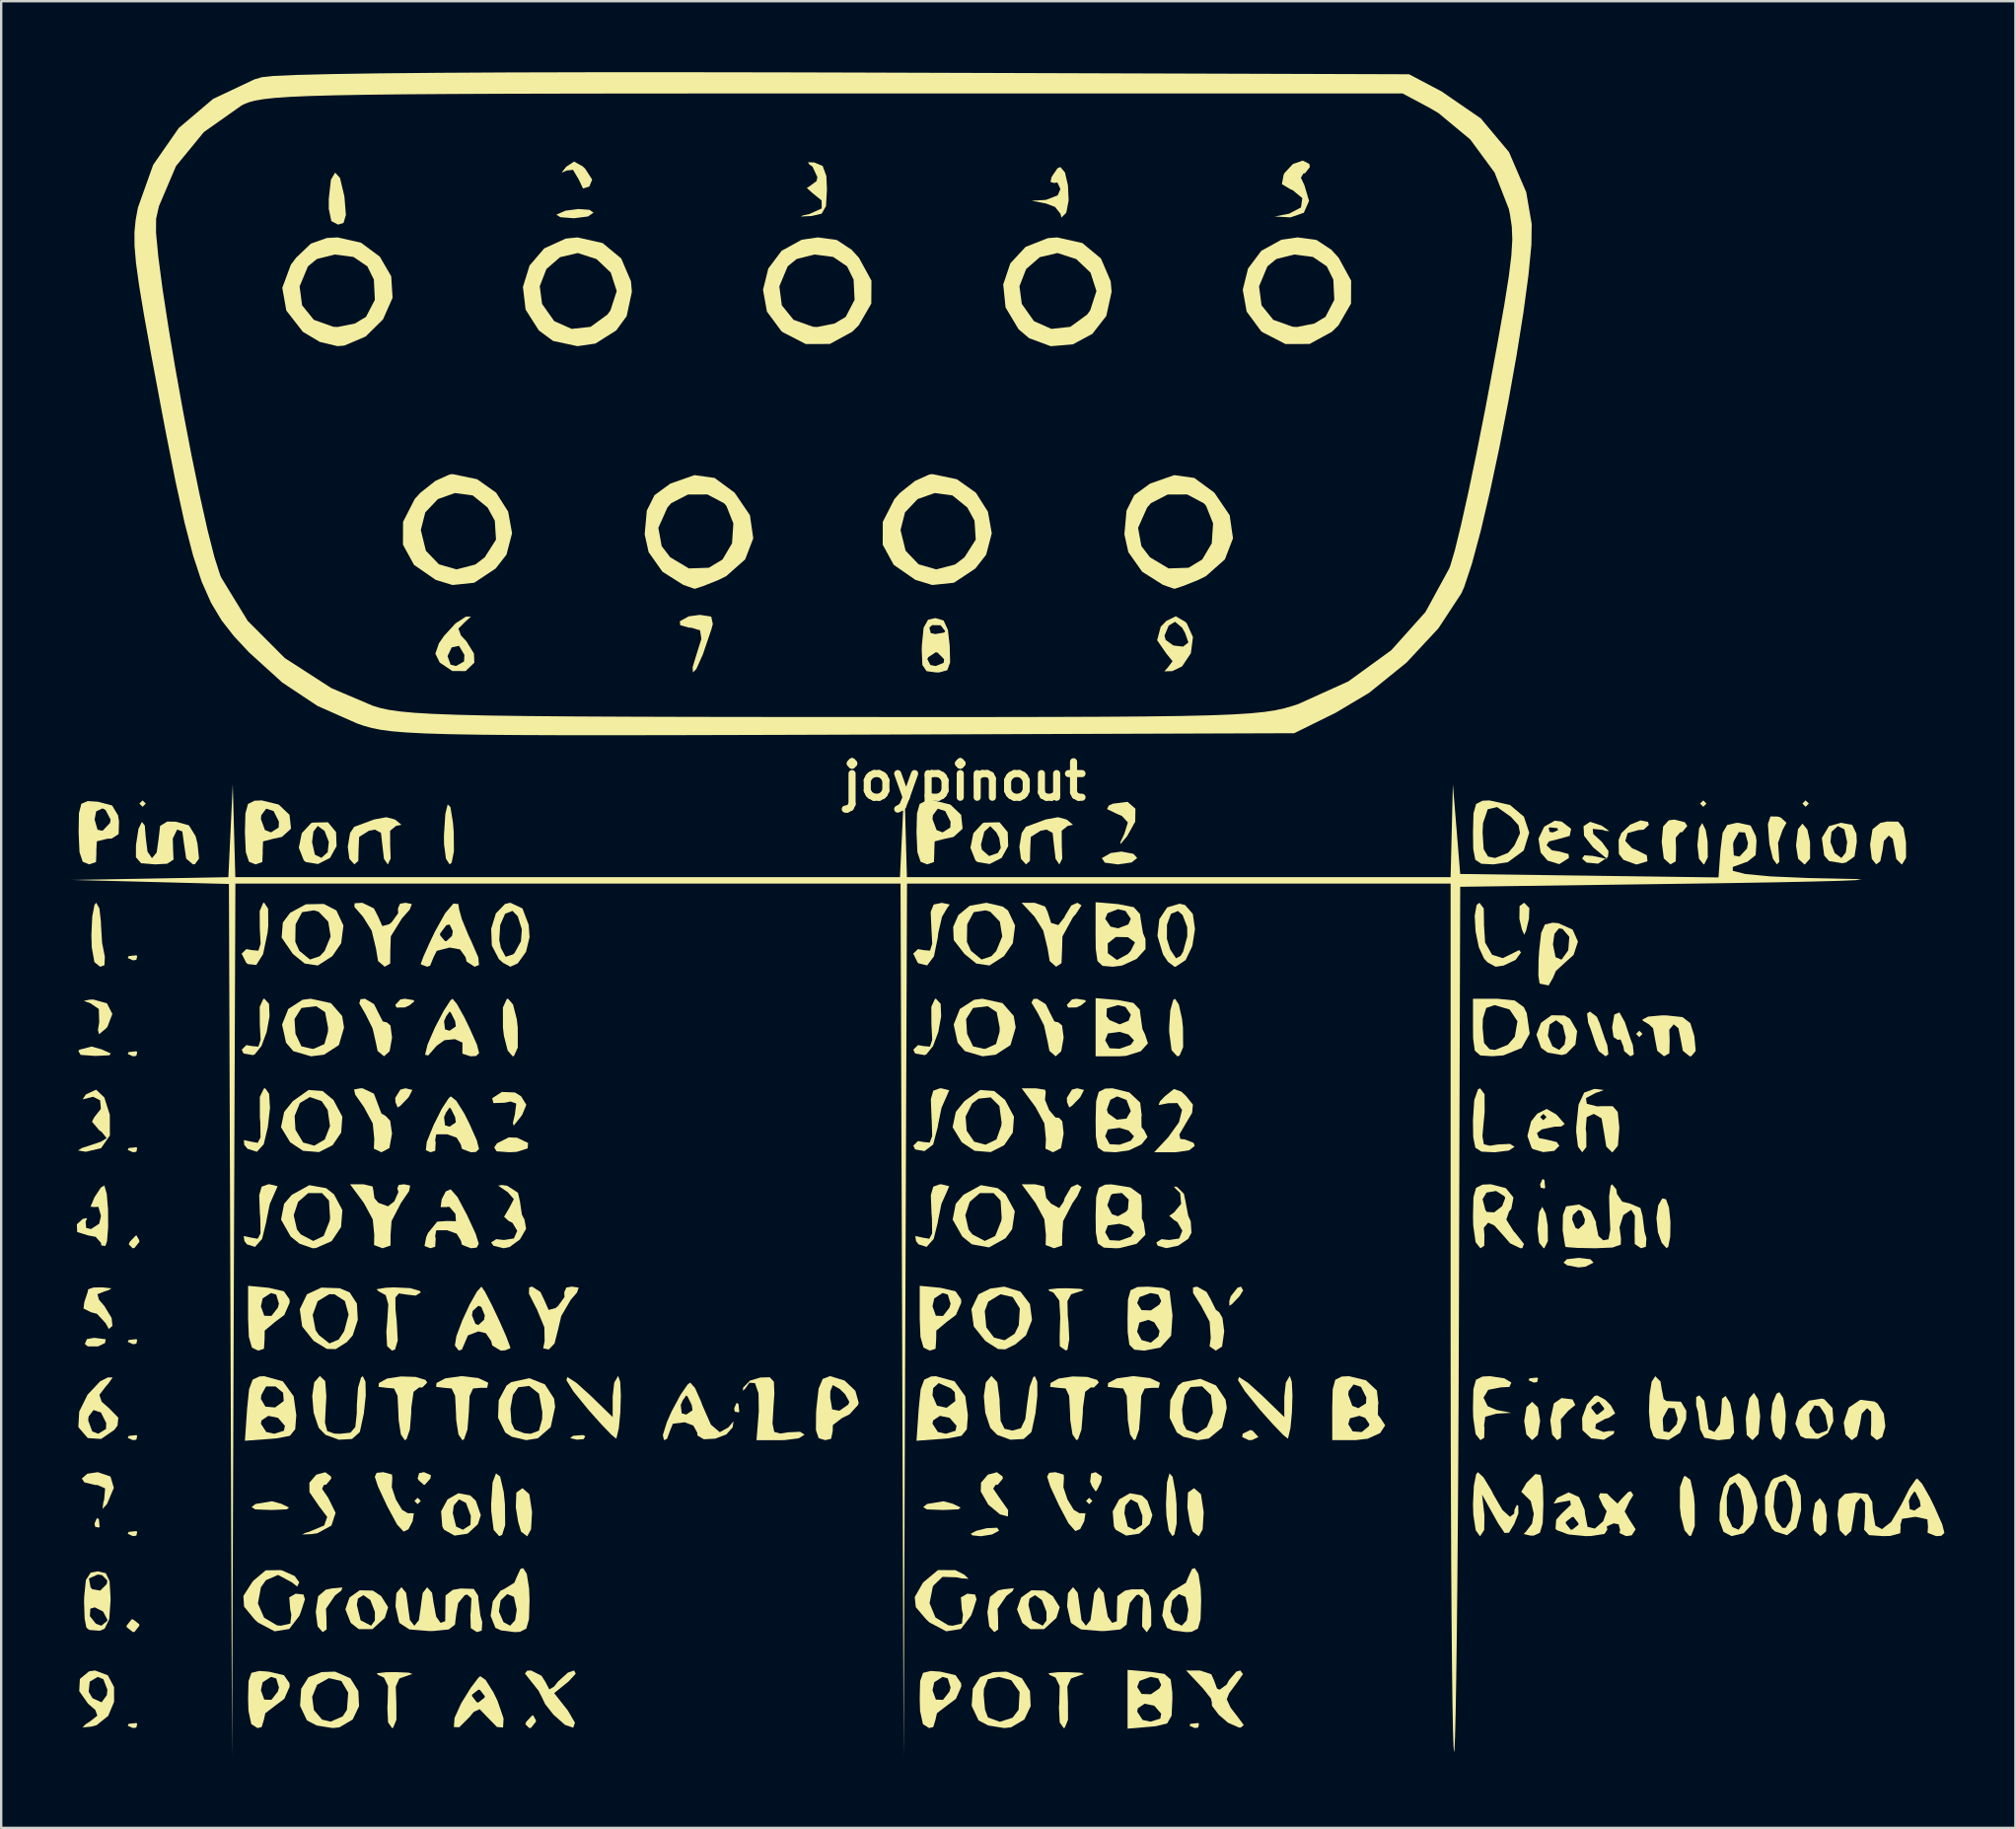
<source format=kicad_pcb>
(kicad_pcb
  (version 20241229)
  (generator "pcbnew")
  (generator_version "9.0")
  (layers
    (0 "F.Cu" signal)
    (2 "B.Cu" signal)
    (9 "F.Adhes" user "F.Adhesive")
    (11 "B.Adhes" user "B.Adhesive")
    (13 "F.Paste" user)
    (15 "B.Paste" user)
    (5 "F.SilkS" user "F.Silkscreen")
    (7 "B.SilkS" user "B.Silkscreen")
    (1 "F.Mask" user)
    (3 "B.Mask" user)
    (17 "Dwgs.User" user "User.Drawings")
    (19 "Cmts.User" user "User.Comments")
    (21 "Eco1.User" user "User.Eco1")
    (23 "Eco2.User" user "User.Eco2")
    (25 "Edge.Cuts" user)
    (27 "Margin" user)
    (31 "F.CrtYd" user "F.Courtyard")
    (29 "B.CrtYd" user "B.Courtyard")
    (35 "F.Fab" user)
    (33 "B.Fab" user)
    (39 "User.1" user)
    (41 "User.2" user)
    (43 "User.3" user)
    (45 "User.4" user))
  (footprint "joypinout"
    (layer "F.Cu")
    (at 37.695 29.945)
    (property "Reference" "joypinout" (at 0 0 0) (layer "F.SilkS") (effects (font (size 1.5 1.5) (thickness 0.3))))
    (attr board_only exclude_from_pos_files exclude_from_bom)
    (fp_poly (pts (xy 27.156 3.289) (xy 27.079 3.272) (xy 27.11 3.25)) (stroke (width 0) (type solid)) (fill yes) (layer "F.SilkS"))
    (fp_poly (pts (xy -34.587 0.946) (xy -34.722 1.081) (xy -34.857 0.946) (xy -34.722 0.811)) (stroke (width 0) (type solid)) (fill yes) (layer "F.SilkS"))
    (fp_poly (pts (xy -22.968 30.399) (xy -23.103 30.534) (xy -23.238 30.399) (xy -23.103 30.264)) (stroke (width 0) (type solid)) (fill yes) (layer "F.SilkS"))
    (fp_poly (pts (xy 5.404 30.399) (xy 5.269 30.534) (xy 5.134 30.399) (xy 5.269 30.264)) (stroke (width 0) (type solid)) (fill yes) (layer "F.SilkS"))
    (fp_poly (pts (xy 28.643 10.673) (xy 28.507 10.809) (xy 28.372 10.673) (xy 28.507 10.538)) (stroke (width 0) (type solid)) (fill yes) (layer "F.SilkS"))
    (fp_poly (pts (xy 31.345 0.946) (xy 31.21 1.081) (xy 31.074 0.946) (xy 31.21 0.811)) (stroke (width 0) (type solid)) (fill yes) (layer "F.SilkS"))
    (fp_poly (pts (xy 35.668 0.946) (xy 35.533 1.081) (xy 35.398 0.946) (xy 35.533 0.811)) (stroke (width 0) (type solid)) (fill yes) (layer "F.SilkS"))
    (fp_poly (pts (xy -36.569 31.165) (xy -36.536 31.485) (xy -36.569 31.525) (xy -36.729 31.488) (xy -36.749 31.345) (xy -36.65 31.122)) (stroke (width 0) (type solid)) (fill yes) (layer "F.SilkS"))
    (fp_poly (pts (xy -34.948 7.386) (xy -34.985 7.546) (xy -35.128 7.566) (xy -35.35 7.467) (xy -35.308 7.386) (xy -34.987 7.353)) (stroke (width 0) (type solid)) (fill yes) (layer "F.SilkS"))
    (fp_poly (pts (xy -34.948 11.439) (xy -34.985 11.6) (xy -35.128 11.619) (xy -35.35 11.52) (xy -35.308 11.439) (xy -34.987 11.407)) (stroke (width 0) (type solid)) (fill yes) (layer "F.SilkS"))
    (fp_poly (pts (xy -34.948 15.492) (xy -34.985 15.653) (xy -35.128 15.672) (xy -35.35 15.573) (xy -35.308 15.492) (xy -34.987 15.46)) (stroke (width 0) (type solid)) (fill yes) (layer "F.SilkS"))
    (fp_poly (pts (xy -34.948 23.599) (xy -34.985 23.759) (xy -35.128 23.779) (xy -35.35 23.68) (xy -35.308 23.599) (xy -34.987 23.566)) (stroke (width 0) (type solid)) (fill yes) (layer "F.SilkS"))
    (fp_poly (pts (xy -34.948 27.652) (xy -34.985 27.812) (xy -35.128 27.832) (xy -35.35 27.733) (xy -35.308 27.652) (xy -34.987 27.619)) (stroke (width 0) (type solid)) (fill yes) (layer "F.SilkS"))
    (fp_poly (pts (xy -34.948 31.705) (xy -34.985 31.866) (xy -35.128 31.885) (xy -35.35 31.786) (xy -35.308 31.705) (xy -34.987 31.673)) (stroke (width 0) (type solid)) (fill yes) (layer "F.SilkS"))
    (fp_poly (pts (xy -34.948 39.811) (xy -34.985 39.972) (xy -35.128 39.991) (xy -35.35 39.893) (xy -35.308 39.811) (xy -34.987 39.779)) (stroke (width 0) (type solid)) (fill yes) (layer "F.SilkS"))
    (fp_poly (pts (xy -16.016 27.669) (xy -16.096 27.791) (xy -16.37 27.811) (xy -16.659 27.745) (xy -16.534 27.647) (xy -16.111 27.615)) (stroke (width 0) (type solid)) (fill yes) (layer "F.SilkS"))
    (fp_poly (pts (xy -9.548 26.301) (xy -9.515 26.621) (xy -9.548 26.661) (xy -9.708 26.624) (xy -9.728 26.481) (xy -9.629 26.258)) (stroke (width 0) (type solid)) (fill yes) (layer "F.SilkS"))
    (fp_poly (pts (xy 9.908 39.811) (xy 9.871 39.972) (xy 9.728 39.991) (xy 9.505 39.893) (xy 9.548 39.811) (xy 9.868 39.779)) (stroke (width 0) (type solid)) (fill yes) (layer "F.SilkS"))
    (fp_poly (pts (xy 24.229 25.22) (xy 24.192 25.38) (xy 24.049 25.4) (xy 23.827 25.301) (xy 23.869 25.22) (xy 24.189 25.188)) (stroke (width 0) (type solid)) (fill yes) (layer "F.SilkS"))
    (fp_poly (pts (xy 24.499 16.843) (xy 24.532 17.164) (xy 24.499 17.204) (xy 24.339 17.166) (xy 24.319 17.023) (xy 24.418 16.801)) (stroke (width 0) (type solid)) (fill yes) (layer "F.SilkS"))
    (fp_poly (pts (xy 26.548 3.156) (xy 27.079 3.272) (xy 26.768 3.483) (xy 26.277 3.436) (xy 26.091 3.268) (xy 26.188 3.129)) (stroke (width 0) (type solid)) (fill yes) (layer "F.SilkS"))
    (fp_poly (pts (xy -36.278 23.569) (xy -36.309 23.73) (xy -36.605 23.873) (xy -37.04 23.87) (xy -37.162 23.767) (xy -37.073 23.563) (xy -36.765 23.509)) (stroke (width 0) (type solid)) (fill yes) (layer "F.SilkS"))
    (fp_poly (pts (xy 12.178 27.438) (xy 12.418 27.699) (xy 12.145 27.827) (xy 12.009 27.832) (xy 11.73 27.699) (xy 11.757 27.557) (xy 12.081 27.401)) (stroke (width 0) (type solid)) (fill yes) (layer "F.SilkS"))
    (fp_poly (pts (xy -34.865 35.603) (xy -34.857 35.668) (xy -35.063 35.93) (xy -35.128 35.938) (xy -35.39 35.733) (xy -35.398 35.668) (xy -35.192 35.406) (xy -35.128 35.398)) (stroke (width 0) (type solid)) (fill yes) (layer "F.SilkS"))
    (fp_poly (pts (xy -34.861 19.394) (xy -34.857 19.455) (xy -35.065 19.715) (xy -35.144 19.726) (xy -35.305 19.56) (xy -35.263 19.455) (xy -35.02 19.198) (xy -34.977 19.185)) (stroke (width 0) (type solid)) (fill yes) (layer "F.SilkS"))
    (fp_poly (pts (xy -23.283 9.245) (xy -23.238 9.293) (xy -23.45 9.468) (xy -23.644 9.555) (xy -23.992 9.561) (xy -24.049 9.449) (xy -23.83 9.217) (xy -23.644 9.187)) (stroke (width 0) (type solid)) (fill yes) (layer "F.SilkS"))
    (fp_poly (pts (xy -22.541 29.31) (xy -22.563 29.453) (xy -22.794 29.711) (xy -22.833 29.723) (xy -23.048 29.535) (xy -23.103 29.453) (xy -23.039 29.224) (xy -22.833 29.183)) (stroke (width 0) (type solid)) (fill yes) (layer "F.SilkS"))
    (fp_poly (pts (xy -18.107 39.66) (xy -18.104 39.721) (xy -18.312 39.981) (xy -18.39 39.991) (xy -18.552 39.826) (xy -18.51 39.721) (xy -18.267 39.463) (xy -18.223 39.451)) (stroke (width 0) (type solid)) (fill yes) (layer "F.SilkS"))
    (fp_poly (pts (xy 1.462 31.654) (xy 1.165 31.814) (xy 0.695 31.89) (xy 0.328 31.852) (xy 0.27 31.782) (xy 0.499 31.66) (xy 0.938 31.55) (xy 1.382 31.531)) (stroke (width 0) (type solid)) (fill yes) (layer "F.SilkS"))
    (fp_poly (pts (xy 5.089 9.245) (xy 5.134 9.293) (xy 4.923 9.468) (xy 4.729 9.555) (xy 4.381 9.561) (xy 4.323 9.449) (xy 4.542 9.217) (xy 4.729 9.187)) (stroke (width 0) (type solid)) (fill yes) (layer "F.SilkS"))
    (fp_poly (pts (xy 5.804 29.365) (xy 5.772 29.588) (xy 5.596 29.943) (xy 5.539 29.994) (xy 5.391 29.783) (xy 5.307 29.588) (xy 5.347 29.239) (xy 5.539 29.183)) (stroke (width 0) (type solid)) (fill yes) (layer "F.SilkS"))
    (fp_poly (pts (xy 11.771 21.507) (xy 11.619 21.752) (xy 11.299 22.088) (xy 11.189 22.157) (xy 11.187 21.953) (xy 11.251 21.752) (xy 11.535 21.394) (xy 11.681 21.347)) (stroke (width 0) (type solid)) (fill yes) (layer "F.SilkS"))
    (fp_poly (pts (xy 23.863 5.359) (xy 23.845 5.81) (xy 23.724 6.316) (xy 23.644 6.485) (xy 23.546 6.256) (xy 23.442 5.81) (xy 23.45 5.272) (xy 23.644 5.134)) (stroke (width 0) (type solid)) (fill yes) (layer "F.SilkS"))
    (fp_poly (pts (xy 24.227 26.449) (xy 24.319 27.021) (xy 24.22 27.611) (xy 23.981 27.832) (xy 23.736 27.594) (xy 23.644 27.021) (xy 23.743 26.432) (xy 23.981 26.211)) (stroke (width 0) (type solid)) (fill yes) (layer "F.SilkS"))
    (fp_poly (pts (xy 26.442 20.191) (xy 26.574 20.334) (xy 26.231 20.505) (xy 25.94 20.536) (xy 25.453 20.442) (xy 25.307 20.334) (xy 25.444 20.19) (xy 25.94 20.131)) (stroke (width 0) (type solid)) (fill yes) (layer "F.SilkS"))
    (fp_poly (pts (xy 36.343 30.556) (xy 36.428 31.007) (xy 36.398 31.685) (xy 36.158 31.885) (xy 35.894 31.648) (xy 35.825 31.142) (xy 35.933 30.484) (xy 36.139 30.282)) (stroke (width 0) (type solid)) (fill yes) (layer "F.SilkS"))
    (fp_poly (pts (xy -36.457 11.324) (xy -36.066 11.498) (xy -36.119 11.575) (xy -36.662 11.601) (xy -36.735 11.602) (xy -37.339 11.56) (xy -37.435 11.395) (xy -37.389 11.341) (xy -36.88 11.206)) (stroke (width 0) (type solid)) (fill yes) (layer "F.SilkS"))
    (fp_poly (pts (xy -28.869 30.517) (xy -28.535 30.676) (xy -28.626 30.753) (xy -29.195 30.778) (xy -29.318 30.779) (xy -29.96 30.756) (xy -30.116 30.659) (xy -29.95 30.526) (xy -29.257 30.412)) (stroke (width 0) (type solid)) (fill yes) (layer "F.SilkS"))
    (fp_poly (pts (xy -23.324 13.041) (xy -23.476 13.336) (xy -23.509 13.376) (xy -23.832 13.711) (xy -23.947 13.781) (xy -24.038 13.56) (xy -24.049 13.376) (xy -23.83 13.025) (xy -23.611 12.97)) (stroke (width 0) (type solid)) (fill yes) (layer "F.SilkS"))
    (fp_poly (pts (xy -18.905 15.056) (xy -18.436 15.279) (xy -18.454 15.509) (xy -18.914 15.656) (xy -19.218 15.672) (xy -19.768 15.632) (xy -19.866 15.469) (xy -19.749 15.295) (xy -19.254 15.043)) (stroke (width 0) (type solid)) (fill yes) (layer "F.SilkS"))
    (fp_poly (pts (xy -0.497 30.517) (xy -0.163 30.676) (xy -0.254 30.753) (xy -0.823 30.778) (xy -0.946 30.779) (xy -1.587 30.756) (xy -1.744 30.659) (xy -1.578 30.526) (xy -0.885 30.412)) (stroke (width 0) (type solid)) (fill yes) (layer "F.SilkS"))
    (fp_poly (pts (xy 5.049 13.041) (xy 4.896 13.336) (xy 4.864 13.376) (xy 4.54 13.711) (xy 4.425 13.781) (xy 4.335 13.56) (xy 4.323 13.376) (xy 4.542 13.025) (xy 4.762 12.97)) (stroke (width 0) (type solid)) (fill yes) (layer "F.SilkS"))
    (fp_poly (pts (xy 35.606 2.041) (xy 35.72 2.569) (xy 35.722 3.268) (xy 35.504 3.512) (xy 35.479 3.513) (xy 35.217 3.273) (xy 35.128 2.718) (xy 35.211 2.025) (xy 35.4 1.792)) (stroke (width 0) (type solid)) (fill yes) (layer "F.SilkS"))
    (fp_poly (pts (xy -18.383 30.114) (xy -18.268 30.872) (xy -18.311 31.599) (xy -18.473 31.893) (xy -18.724 31.702) (xy -18.737 31.682) (xy -18.854 31.29) (xy -18.955 30.669) (xy -18.932 30.044) (xy -18.673 29.859)) (stroke (width 0) (type solid)) (fill yes) (layer "F.SilkS"))
    (fp_poly (pts (xy -15.835 -24.132) (xy -15.672 -24.012) (xy -15.908 -23.851) (xy -16.481 -23.779) (xy -16.528 -23.779) (xy -17.066 -23.82) (xy -17.238 -23.922) (xy -17.227 -23.935) (xy -16.855 -24.097) (xy -16.308 -24.167)) (stroke (width 0) (type solid)) (fill yes) (layer "F.SilkS"))
    (fp_poly (pts (xy 7.136 3.067) (xy 7.296 3.243) (xy 7.061 3.431) (xy 6.492 3.513) (xy 6.469 3.513) (xy 5.929 3.44) (xy 5.804 3.252) (xy 5.81 3.243) (xy 6.182 3.033) (xy 6.636 2.972)) (stroke (width 0) (type solid)) (fill yes) (layer "F.SilkS"))
    (fp_poly (pts (xy 9.989 30.114) (xy 10.105 30.872) (xy 10.061 31.599) (xy 9.899 31.893) (xy 9.648 31.702) (xy 9.636 31.682) (xy 9.518 31.29) (xy 9.417 30.669) (xy 9.44 30.044) (xy 9.699 29.859)) (stroke (width 0) (type solid)) (fill yes) (layer "F.SilkS"))
    (fp_poly (pts (xy 24.555 18.27) (xy 24.639 18.766) (xy 24.645 19.423) (xy 24.497 19.721) (xy 24.468 19.726) (xy 24.276 19.491) (xy 24.208 18.927) (xy 24.208 18.913) (xy 24.28 18.197) (xy 24.411 17.977)) (stroke (width 0) (type solid)) (fill yes) (layer "F.SilkS"))
    (fp_poly (pts (xy 31.311 2.057) (xy 31.394 2.553) (xy 31.401 3.211) (xy 31.253 3.508) (xy 31.223 3.513) (xy 31.031 3.279) (xy 30.963 2.714) (xy 30.963 2.701) (xy 31.036 1.984) (xy 31.166 1.765)) (stroke (width 0) (type solid)) (fill yes) (layer "F.SilkS"))
    (fp_poly (pts (xy 33.529 26.114) (xy 33.613 26.819) (xy 33.546 27.573) (xy 33.292 27.832) (xy 33.287 27.832) (xy 33.048 27.616) (xy 33.008 26.941) (xy 33.017 26.819) (xy 33.155 26.068) (xy 33.351 25.833)) (stroke (width 0) (type solid)) (fill yes) (layer "F.SilkS"))
    (fp_poly (pts (xy -26.382 -25.481) (xy -26.203 -24.732) (xy -26.192 -24.657) (xy -26.132 -23.919) (xy -26.232 -23.579) (xy -26.463 -23.508) (xy -26.746 -23.655) (xy -26.855 -24.167) (xy -26.856 -24.59) (xy -26.765 -25.405) (xy -26.588 -25.704)) (stroke (width 0) (type solid)) (fill yes) (layer "F.SilkS"))
    (fp_poly (pts (xy -21.717 1.093) (xy -21.611 1.738) (xy -21.577 2.144) (xy -21.569 2.96) (xy -21.664 3.44) (xy -21.752 3.513) (xy -21.906 3.272) (xy -21.987 2.661) (xy -21.99 2.287) (xy -21.931 1.377) (xy -21.832 0.976)) (stroke (width 0) (type solid)) (fill yes) (layer "F.SilkS"))
    (fp_poly (pts (xy -19.617 29.367) (xy -19.465 30.023) (xy -19.414 30.534) (xy -19.403 31.418) (xy -19.533 31.834) (xy -19.658 31.885) (xy -19.89 31.623) (xy -19.991 30.837) (xy -19.996 30.534) (xy -19.936 29.622) (xy -19.792 29.233)) (stroke (width 0) (type solid)) (fill yes) (layer "F.SilkS"))
    (fp_poly (pts (xy 8.793 29.381) (xy 8.916 30.059) (xy 8.958 30.534) (xy 8.965 31.342) (xy 8.868 31.815) (xy 8.782 31.885) (xy 8.628 31.642) (xy 8.53 31.021) (xy 8.512 30.534) (xy 8.555 29.618) (xy 8.661 29.234)) (stroke (width 0) (type solid)) (fill yes) (layer "F.SilkS"))
    (fp_poly (pts (xy 29.635 17.656) (xy 29.762 18.01) (xy 29.823 18.609) (xy 29.814 19.231) (xy 29.734 19.656) (xy 29.661 19.726) (xy 29.456 19.497) (xy 29.294 19.051) (xy 29.232 18.45) (xy 29.307 17.915) (xy 29.477 17.62)) (stroke (width 0) (type solid)) (fill yes) (layer "F.SilkS"))
    (fp_poly (pts (xy 34.586 26.044) (xy 34.685 26.637) (xy 34.694 26.819) (xy 34.646 27.523) (xy 34.484 27.827) (xy 34.258 27.672) (xy 34.152 27.446) (xy 34.065 26.89) (xy 34.128 26.287) (xy 34.303 25.871) (xy 34.424 25.805)) (stroke (width 0) (type solid)) (fill yes) (layer "F.SilkS"))
    (fp_poly (pts (xy -36.226 9.383) (xy -35.999 9.83) (xy -36.207 10.376) (xy -36.274 10.449) (xy -36.56 10.687) (xy -36.608 10.501) (xy -36.554 10.183) (xy -36.57 9.621) (xy -36.925 9.379) (xy -37.206 9.279) (xy -36.978 9.229) (xy -36.808 9.219)) (stroke (width 0) (type solid)) (fill yes) (layer "F.SilkS"))
    (fp_poly (pts (xy -19.072 9.431) (xy -18.912 10.057) (xy -18.873 10.403) (xy -18.871 11.249) (xy -19.034 11.608) (xy -19.088 11.619) (xy -19.298 11.375) (xy -19.458 10.75) (xy -19.498 10.403) (xy -19.5 9.558) (xy -19.336 9.199) (xy -19.282 9.187)) (stroke (width 0) (type solid)) (fill yes) (layer "F.SilkS"))
    (fp_poly (pts (xy -16.132 -25.971) (xy -16.02 -25.863) (xy -15.729 -25.409) (xy -15.85 -25.114) (xy -16.117 -25.034) (xy -16.293 -25.409) (xy -16.538 -25.821) (xy -16.803 -25.793) (xy -17.021 -25.701) (xy -16.842 -25.931) (xy -16.819 -25.957) (xy -16.493 -26.171)) (stroke (width 0) (type solid)) (fill yes) (layer "F.SilkS"))
    (fp_poly (pts (xy 9.054 9.429) (xy 9.19 10.04) (xy 9.23 10.403) (xy 9.237 11.232) (xy 9.083 11.594) (xy 8.987 11.619) (xy 8.749 11.361) (xy 8.649 10.603) (xy 8.647 10.403) (xy 8.695 9.678) (xy 8.817 9.243) (xy 8.89 9.187)) (stroke (width 0) (type solid)) (fill yes) (layer "F.SilkS"))
    (fp_poly (pts (xy 25.688 26.11) (xy 25.803 26.347) (xy 25.503 26.591) (xy 25.189 26.955) (xy 25.209 27.295) (xy 25.199 27.73) (xy 25.037 27.832) (xy 24.826 27.595) (xy 24.749 27.008) (xy 24.75 26.976) (xy 24.899 26.279) (xy 25.222 26.054)) (stroke (width 0) (type solid)) (fill yes) (layer "F.SilkS"))
    (fp_poly (pts (xy 26.711 9.95) (xy 26.824 10.201) (xy 27.052 10.881) (xy 27.155 11.146) (xy 27.201 11.534) (xy 27.082 11.619) (xy 26.791 11.397) (xy 26.678 11.146) (xy 26.45 10.466) (xy 26.347 10.201) (xy 26.301 9.813) (xy 26.42 9.728)) (stroke (width 0) (type solid)) (fill yes) (layer "F.SilkS"))
    (fp_poly (pts (xy 30.666 29.504) (xy 30.814 30.185) (xy 30.847 30.552) (xy 30.85 31.457) (xy 30.701 31.863) (xy 30.629 31.885) (xy 30.421 31.642) (xy 30.262 31.022) (xy 30.222 30.673) (xy 30.225 29.822) (xy 30.386 29.374) (xy 30.44 29.34)) (stroke (width 0) (type solid)) (fill yes) (layer "F.SilkS"))
    (fp_poly (pts (xy -26.325 34.184) (xy -26.59 34.39) (xy -26.973 34.949) (xy -26.954 35.357) (xy -26.947 35.826) (xy -27.114 35.938) (xy -27.325 35.7) (xy -27.403 35.105) (xy -27.402 35.06) (xy -27.305 34.425) (xy -26.983 34.148) (xy -26.726 34.093) (xy -26.278 34.053)) (stroke (width 0) (type solid)) (fill yes) (layer "F.SilkS"))
    (fp_poly (pts (xy 2.032 34.21) (xy 1.777 34.404) (xy 1.399 34.952) (xy 1.419 35.357) (xy 1.425 35.826) (xy 1.258 35.938) (xy 1.047 35.702) (xy 0.97 35.115) (xy 0.971 35.083) (xy 1.077 34.452) (xy 1.425 34.177) (xy 1.641 34.13) (xy 2.084 34.083)) (stroke (width 0) (type solid)) (fill yes) (layer "F.SilkS"))
    (fp_poly (pts (xy 7.221 1.162) (xy 7.213 1.706) (xy 6.876 2.313) (xy 6.586 2.66) (xy 6.592 2.563) (xy 6.752 2.225) (xy 6.902 1.74) (xy 6.65 1.468) (xy 6.429 1.374) (xy 6.023 1.178) (xy 6.096 1.027) (xy 6.27 0.949) (xy 6.889 0.871)) (stroke (width 0) (type solid)) (fill yes) (layer "F.SilkS"))
    (fp_poly (pts (xy 30.433 1.734) (xy 30.534 1.891) (xy 30.324 2.149) (xy 30.232 2.162) (xy 30.044 2.387) (xy 30.06 2.837) (xy 30.048 3.385) (xy 29.821 3.513) (xy 29.543 3.262) (xy 29.453 2.567) (xy 29.514 1.915) (xy 29.75 1.652) (xy 29.994 1.621)) (stroke (width 0) (type solid)) (fill yes) (layer "F.SilkS"))
    (fp_poly (pts (xy 34.367 1.494) (xy 34.485 1.536) (xy 34.725 1.755) (xy 34.562 2.057) (xy 34.368 2.609) (xy 34.395 2.971) (xy 34.422 3.403) (xy 34.321 3.513) (xy 34.152 3.275) (xy 34.012 2.69) (xy 33.995 2.559) (xy 33.942 1.809) (xy 34.05 1.487)) (stroke (width 0) (type solid)) (fill yes) (layer "F.SilkS"))
    (fp_poly (pts (xy -36.546 5.371) (xy -36.48 5.953) (xy -36.479 6.058) (xy -36.432 6.823) (xy -36.319 7.396) (xy -36.315 7.409) (xy -36.333 7.774) (xy -36.517 7.836) (xy -36.757 7.64) (xy -36.87 7.01) (xy -36.884 6.485) (xy -36.848 5.714) (xy -36.754 5.225) (xy -36.681 5.134)) (stroke (width 0) (type solid)) (fill yes) (layer "F.SilkS"))
    (fp_poly (pts (xy -36.078 29.366) (xy -35.936 29.844) (xy -36.217 30.514) (xy -36.23 30.534) (xy -36.413 30.737) (xy -36.383 30.479) (xy -36.343 30.331) (xy -36.304 29.868) (xy -36.627 29.726) (xy -36.731 29.723) (xy -37.18 29.614) (xy -37.289 29.453) (xy -37.058 29.25) (xy -36.614 29.183)) (stroke (width 0) (type solid)) (fill yes) (layer "F.SilkS"))
    (fp_poly (pts (xy -18.988 13.147) (xy -18.729 13.31) (xy -18.511 13.667) (xy -18.683 14.087) (xy -18.764 14.198) (xy -19.044 14.547) (xy -19.078 14.43) (xy -18.994 14.076) (xy -18.936 13.613) (xy -19.182 13.527) (xy -19.413 13.578) (xy -19.899 13.596) (xy -19.953 13.392) (xy -19.542 13.124)) (stroke (width 0) (type solid)) (fill yes) (layer "F.SilkS"))
    (fp_poly (pts (xy 1.61 29.366) (xy 1.621 29.453) (xy 1.411 29.709) (xy 1.309 29.723) (xy 1.213 29.879) (xy 1.444 30.218) (xy 1.844 30.785) (xy 1.836 31.054) (xy 1.499 30.965) (xy 1.007 30.557) (xy 0.688 30.002) (xy 0.698 29.627) (xy 0.99 29.287) (xy 1.37 29.186)) (stroke (width 0) (type solid)) (fill yes) (layer "F.SilkS"))
    (fp_poly (pts (xy 26.922 1.88) (xy 27.242 2.104) (xy 27.105 2.101) (xy 26.954 2.055) (xy 26.542 2.014) (xy 26.562 2.229) (xy 26.927 2.564) (xy 27.209 2.956) (xy 27.182 3.202) (xy 27.11 3.25) (xy 26.555 2.793) (xy 26.174 2.305) (xy 26.152 1.898) (xy 26.431 1.715)) (stroke (width 0) (type solid)) (fill yes) (layer "F.SilkS"))
    (fp_poly (pts (xy 27.895 10.169) (xy 27.905 10.201) (xy 28.133 10.881) (xy 28.235 11.146) (xy 28.274 11.542) (xy 28.131 11.619) (xy 27.869 11.4) (xy 27.832 11.198) (xy 27.716 10.908) (xy 27.595 10.923) (xy 27.42 10.81) (xy 27.359 10.398) (xy 27.453 9.854) (xy 27.667 9.765)) (stroke (width 0) (type solid)) (fill yes) (layer "F.SilkS"))
    (fp_poly (pts (xy -29.418 5.385) (xy -29.412 6.106) (xy -29.441 6.396) (xy -29.631 7.306) (xy -29.919 7.761) (xy -30.279 7.723) (xy -30.348 7.662) (xy -30.537 7.282) (xy -30.337 7.092) (xy -30.1 7.134) (xy -29.829 7.157) (xy -29.735 6.865) (xy -29.769 6.217) (xy -29.774 5.486) (xy -29.63 5.146) (xy -29.583 5.134)) (stroke (width 0) (type solid)) (fill yes) (layer "F.SilkS"))
    (fp_poly (pts (xy -29.379 9.404) (xy -29.359 9.933) (xy -29.478 10.588) (xy -29.699 11.185) (xy -29.985 11.539) (xy -30.061 11.568) (xy -30.456 11.5) (xy -30.534 11.34) (xy -30.338 11.145) (xy -30.1 11.187) (xy -29.829 11.21) (xy -29.735 10.918) (xy -29.769 10.271) (xy -29.773 9.528) (xy -29.621 9.196) (xy -29.577 9.187)) (stroke (width 0) (type solid)) (fill yes) (layer "F.SilkS"))
    (fp_poly (pts (xy -29.376 13.205) (xy -29.34 13.803) (xy -29.429 14.602) (xy -29.603 15.335) (xy -29.892 15.65) (xy -30.289 15.526) (xy -30.427 15.356) (xy -30.441 15.156) (xy -30.146 15.223) (xy -29.858 15.272) (xy -29.739 15.045) (xy -29.748 14.429) (xy -29.766 14.188) (xy -29.768 13.333) (xy -29.598 12.981) (xy -29.54 12.97)) (stroke (width 0) (type solid)) (fill yes) (layer "F.SilkS"))
    (fp_poly (pts (xy -24.949 13.197) (xy -24.804 13.578) (xy -24.634 14.034) (xy -24.448 14.141) (xy -24.262 14.341) (xy -24.184 14.884) (xy -24.295 15.494) (xy -24.632 15.672) (xy -24.952 15.519) (xy -24.933 15.113) (xy -24.999 14.452) (xy -25.372 13.762) (xy -25.738 13.24) (xy -25.786 13.02) (xy -25.525 12.971) (xy -25.427 12.97)) (stroke (width 0) (type solid)) (fill yes) (layer "F.SilkS"))
    (fp_poly (pts (xy -24.944 9.415) (xy -24.774 9.755) (xy -24.574 10.147) (xy -24.405 10.186) (xy -24.25 10.317) (xy -24.184 10.822) (xy -24.184 10.834) (xy -24.286 11.407) (xy -24.522 11.619) (xy -24.794 11.393) (xy -24.86 11.069) (xy -25.005 10.438) (xy -25.296 9.853) (xy -25.567 9.383) (xy -25.516 9.207) (xy -25.327 9.187)) (stroke (width 0) (type solid)) (fill yes) (layer "F.SilkS"))
    (fp_poly (pts (xy -10.7 -6.954) (xy -10.632 -6.64) (xy -10.691 -6.418) (xy -11.052 -5.356) (xy -11.329 -4.738) (xy -11.471 -4.594) (xy -11.486 -4.809) (xy -11.342 -5.287) (xy -11.115 -6.012) (xy -11.171 -6.373) (xy -11.536 -6.483) (xy -11.635 -6.485) (xy -12.009 -6.589) (xy -12.024 -6.755) (xy -11.653 -6.962) (xy -11.18 -7.026)) (stroke (width 0) (type solid)) (fill yes) (layer "F.SilkS"))
    (fp_poly (pts (xy -1.007 9.404) (xy -0.986 9.933) (xy -1.105 10.588) (xy -1.327 11.185) (xy -1.612 11.539) (xy -1.689 11.568) (xy -2.084 11.5) (xy -2.162 11.34) (xy -1.965 11.145) (xy -1.728 11.187) (xy -1.457 11.21) (xy -1.363 10.918) (xy -1.397 10.271) (xy -1.401 9.528) (xy -1.249 9.196) (xy -1.205 9.187)) (stroke (width 0) (type solid)) (fill yes) (layer "F.SilkS"))
    (fp_poly (pts (xy 3.431 9.415) (xy 3.598 9.755) (xy 3.798 10.147) (xy 3.967 10.186) (xy 4.122 10.317) (xy 4.188 10.822) (xy 4.188 10.834) (xy 4.086 11.407) (xy 3.851 11.619) (xy 3.588 11.39) (xy 3.513 11.004) (xy 3.358 10.306) (xy 3.092 9.788) (xy 2.831 9.352) (xy 2.912 9.199) (xy 3.061 9.187)) (stroke (width 0) (type solid)) (fill yes) (layer "F.SilkS"))
    (fp_poly (pts (xy 10.227 21.572) (xy 10.403 21.887) (xy 10.617 22.323) (xy 10.759 22.428) (xy 10.897 22.664) (xy 10.972 23.231) (xy 10.972 23.239) (xy 10.881 23.877) (xy 10.616 24.049) (xy 10.355 23.871) (xy 10.403 23.508) (xy 10.357 22.831) (xy 9.998 22.157) (xy 9.657 21.617) (xy 9.653 21.383) (xy 9.826 21.347)) (stroke (width 0) (type solid)) (fill yes) (layer "F.SilkS"))
    (fp_poly (pts (xy 3.405 13.032) (xy 3.432 13.141) (xy 3.401 13.459) (xy 3.579 13.893) (xy 3.842 14.201) (xy 3.999 14.22) (xy 4.132 14.365) (xy 4.188 14.879) (xy 4.188 14.888) (xy 4.077 15.496) (xy 3.741 15.672) (xy 3.42 15.519) (xy 3.44 15.113) (xy 3.374 14.452) (xy 3.001 13.762) (xy 2.416 12.97) (xy 3.009 12.97)) (stroke (width 0) (type solid)) (fill yes) (layer "F.SilkS"))
    (fp_poly (pts (xy 4.192 29.286) (xy 4.201 29.433) (xy 4.178 29.818) (xy 4.35 30.336) (xy 4.616 30.776) (xy 4.876 30.927) (xy 4.903 30.915) (xy 5.11 30.92) (xy 5.06 31.255) (xy 4.888 31.585) (xy 4.684 31.672) (xy 4.394 31.344) (xy 3.986 30.572) (xy 3.624 29.789) (xy 3.491 29.374) (xy 3.576 29.211) (xy 3.838 29.183)) (stroke (width 0) (type solid)) (fill yes) (layer "F.SilkS"))
    (fp_poly (pts (xy 24.335 29.3) (xy 24.435 29.793) (xy 24.454 30.534) (xy 24.427 31.342) (xy 24.309 31.741) (xy 24.048 31.863) (xy 23.914 31.864) (xy 23.619 31.796) (xy 23.711 31.706) (xy 23.976 31.36) (xy 24.049 30.939) (xy 23.922 30.404) (xy 23.711 30.195) (xy 23.521 30.012) (xy 23.743 29.634) (xy 23.744 29.632) (xy 24.117 29.262)) (stroke (width 0) (type solid)) (fill yes) (layer "F.SilkS"))
    (fp_poly (pts (xy -36.033 21.42) (xy -36.171 21.503) (xy -36.296 21.537) (xy -36.628 21.668) (xy -36.562 21.903) (xy -36.336 22.166) (xy -36.029 22.673) (xy -35.996 23.006) (xy -36.147 23.135) (xy -36.286 22.887) (xy -36.649 22.495) (xy -36.904 22.428) (xy -37.217 22.27) (xy -37.183 22) (xy -37.04 21.569) (xy -37.019 21.46) (xy -36.79 21.383) (xy -36.411 21.378)) (stroke (width 0) (type solid)) (fill yes) (layer "F.SilkS"))
    (fp_poly (pts (xy -24.185 29.283) (xy -24.172 29.433) (xy -24.194 29.818) (xy -24.022 30.336) (xy -23.757 30.776) (xy -23.497 30.927) (xy -23.469 30.915) (xy -23.262 30.919) (xy -23.313 31.254) (xy -23.49 31.594) (xy -23.691 31.695) (xy -23.969 31.398) (xy -24.373 30.649) (xy -24.407 30.58) (xy -24.774 29.795) (xy -24.912 29.378) (xy -24.833 29.212) (xy -24.549 29.183)) (stroke (width 0) (type solid)) (fill yes) (layer "F.SilkS"))
    (fp_poly (pts (xy -23.47 37.652) (xy -23.321 37.71) (xy -23.467 37.754) (xy -23.874 37.899) (xy -24.026 38.237) (xy -24.001 38.933) (xy -23.998 39.639) (xy -24.137 39.979) (xy -24.184 39.991) (xy -24.351 39.75) (xy -24.381 39.113) (xy -24.368 38.935) (xy -24.352 38.214) (xy -24.523 37.86) (xy -24.766 37.751) (xy -24.83 37.678) (xy -24.442 37.634) (xy -24.049 37.628)) (stroke (width 0) (type solid)) (fill yes) (layer "F.SilkS"))
    (fp_poly (pts (xy 4.902 37.652) (xy 5.052 37.71) (xy 4.905 37.754) (xy 4.498 37.899) (xy 4.346 38.237) (xy 4.372 38.933) (xy 4.374 39.639) (xy 4.235 39.979) (xy 4.188 39.991) (xy 4.022 39.75) (xy 3.991 39.113) (xy 4.005 38.935) (xy 4.02 38.214) (xy 3.849 37.86) (xy 3.606 37.751) (xy 3.542 37.678) (xy 3.93 37.634) (xy 4.323 37.628)) (stroke (width 0) (type solid)) (fill yes) (layer "F.SilkS"))
    (fp_poly (pts (xy 28.871 1.717) (xy 28.913 1.842) (xy 28.694 2.047) (xy 28.469 2.064) (xy 28.015 2.191) (xy 27.916 2.525) (xy 28.207 2.838) (xy 28.344 2.887) (xy 28.826 3.126) (xy 28.852 3.381) (xy 28.418 3.512) (xy 28.364 3.513) (xy 27.837 3.32) (xy 27.645 3.071) (xy 27.634 2.479) (xy 27.75 2.193) (xy 28.122 1.835) (xy 28.563 1.656)) (stroke (width 0) (type solid)) (fill yes) (layer "F.SilkS"))
    (fp_poly (pts (xy 38.435 26.198) (xy 38.573 26.287) (xy 38.836 26.708) (xy 38.9 27.257) (xy 38.769 27.703) (xy 38.543 27.832) (xy 38.285 27.618) (xy 38.304 27.156) (xy 38.302 26.638) (xy 38.132 26.481) (xy 37.905 26.712) (xy 37.83 27.156) (xy 37.711 27.664) (xy 37.481 27.832) (xy 37.223 27.596) (xy 37.144 27.089) (xy 37.354 26.457) (xy 37.844 26.126)) (stroke (width 0) (type solid)) (fill yes) (layer "F.SilkS"))
    (fp_poly (pts (xy -29.017 17.106) (xy -29.128 17.362) (xy -29.347 17.853) (xy -29.494 18.581) (xy -29.499 18.625) (xy -29.673 19.332) (xy -29.972 19.668) (xy -30.315 19.561) (xy -30.419 19.424) (xy -30.45 19.21) (xy -30.146 19.276) (xy -29.858 19.325) (xy -29.739 19.099) (xy -29.748 18.482) (xy -29.766 18.241) (xy -29.794 17.484) (xy -29.691 17.124) (xy -29.409 17.024) (xy -29.354 17.023)) (stroke (width 0) (type solid)) (fill yes) (layer "F.SilkS"))
    (fp_poly (pts (xy -14.544 25.365) (xy -14.518 25.941) (xy -14.539 26.659) (xy -14.602 27.322) (xy -14.698 27.734) (xy -14.717 27.764) (xy -14.906 27.613) (xy -15.347 27.155) (xy -15.883 26.556) (xy -16.521 25.772) (xy -16.817 25.298) (xy -16.776 25.165) (xy -16.402 25.405) (xy -15.803 25.944) (xy -14.862 26.857) (xy -14.862 25.993) (xy -14.797 25.402) (xy -14.639 25.131) (xy -14.625 25.13)) (stroke (width 0) (type solid)) (fill yes) (layer "F.SilkS"))
    (fp_poly (pts (xy -0.953 5.138) (xy -0.622 5.207) (xy -0.723 5.344) (xy -0.948 5.724) (xy -1.108 6.411) (xy -1.128 6.603) (xy -1.29 7.398) (xy -1.578 7.781) (xy -1.944 7.692) (xy -1.976 7.662) (xy -2.165 7.282) (xy -1.965 7.092) (xy -1.728 7.134) (xy -1.457 7.157) (xy -1.363 6.865) (xy -1.397 6.217) (xy -1.428 5.519) (xy -1.301 5.208) (xy -0.958 5.138)) (stroke (width 0) (type solid)) (fill yes) (layer "F.SilkS"))
    (fp_poly (pts (xy -0.645 13.053) (xy -0.755 13.309) (xy -0.972 13.798) (xy -1.12 14.529) (xy -1.126 14.59) (xy -1.324 15.347) (xy -1.689 15.622) (xy -2.084 15.553) (xy -2.162 15.393) (xy -1.965 15.198) (xy -1.729 15.24) (xy -1.468 15.263) (xy -1.365 14.986) (xy -1.385 14.299) (xy -1.393 14.188) (xy -1.422 13.431) (xy -1.319 13.071) (xy -1.037 12.971) (xy -0.982 12.97)) (stroke (width 0) (type solid)) (fill yes) (layer "F.SilkS"))
    (fp_poly (pts (xy -0.645 17.106) (xy -0.755 17.362) (xy -0.975 17.853) (xy -1.122 18.581) (xy -1.126 18.625) (xy -1.301 19.332) (xy -1.6 19.668) (xy -1.942 19.561) (xy -2.046 19.424) (xy -2.077 19.21) (xy -1.773 19.276) (xy -1.486 19.325) (xy -1.367 19.099) (xy -1.375 18.482) (xy -1.393 18.241) (xy -1.422 17.484) (xy -1.319 17.124) (xy -1.037 17.024) (xy -0.982 17.023)) (stroke (width 0) (type solid)) (fill yes) (layer "F.SilkS"))
    (fp_poly (pts (xy 4.246 -25.709) (xy 4.371 -25.164) (xy 4.4 -24.531) (xy 4.306 -24.036) (xy 4.28 -23.988) (xy 4.093 -23.804) (xy 4.057 -23.963) (xy 3.824 -24.256) (xy 3.445 -24.399) (xy 2.837 -24.516) (xy 3.445 -24.553) (xy 3.936 -24.744) (xy 4.053 -25.011) (xy 3.924 -25.291) (xy 3.786 -25.267) (xy 3.633 -25.31) (xy 3.68 -25.521) (xy 3.928 -25.887) (xy 4.051 -25.94)) (stroke (width 0) (type solid)) (fill yes) (layer "F.SilkS"))
    (fp_poly (pts (xy 13.828 25.365) (xy 13.855 25.941) (xy 13.833 26.659) (xy 13.77 27.322) (xy 13.674 27.734) (xy 13.656 27.764) (xy 13.466 27.613) (xy 13.026 27.155) (xy 12.49 26.556) (xy 11.852 25.772) (xy 11.555 25.298) (xy 11.596 25.165) (xy 11.971 25.405) (xy 12.569 25.944) (xy 13.511 26.857) (xy 13.511 25.993) (xy 13.575 25.402) (xy 13.733 25.131) (xy 13.748 25.13)) (stroke (width 0) (type solid)) (fill yes) (layer "F.SilkS"))
    (fp_poly (pts (xy 21.936 5.372) (xy 21.948 5.997) (xy 21.945 6.027) (xy 21.994 6.815) (xy 22.289 7.33) (xy 22.739 7.473) (xy 23.103 7.296) (xy 23.432 7.131) (xy 23.509 7.234) (xy 23.283 7.546) (xy 22.776 7.786) (xy 22.439 7.836) (xy 22.099 7.652) (xy 21.952 7.498) (xy 21.73 7.018) (xy 21.592 6.35) (xy 21.554 5.69) (xy 21.633 5.231) (xy 21.752 5.134)) (stroke (width 0) (type solid)) (fill yes) (layer "F.SilkS"))
    (fp_poly (pts (xy 21.97 13.222) (xy 21.974 13.978) (xy 21.95 14.225) (xy 21.88 14.983) (xy 21.94 15.331) (xy 22.195 15.397) (xy 22.523 15.344) (xy 23.044 15.318) (xy 23.238 15.44) (xy 23.002 15.598) (xy 22.426 15.671) (xy 22.36 15.672) (xy 21.84 15.646) (xy 21.581 15.478) (xy 21.491 15.029) (xy 21.48 14.32) (xy 21.536 13.466) (xy 21.693 13.016) (xy 21.784 12.97)) (stroke (width 0) (type solid)) (fill yes) (layer "F.SilkS"))
    (fp_poly (pts (xy -26.762 29.365) (xy -26.751 29.453) (xy -26.962 29.709) (xy -27.063 29.723) (xy -27.138 29.887) (xy -26.872 30.28) (xy -26.568 30.902) (xy -26.743 31.438) (xy -27.337 31.763) (xy -27.589 31.8) (xy -27.979 31.815) (xy -27.85 31.749) (xy -27.697 31.706) (xy -27.049 31.434) (xy -26.922 31.075) (xy -27.276 30.606) (xy -27.672 30.028) (xy -27.675 29.629) (xy -27.383 29.288) (xy -27.003 29.186)) (stroke (width 0) (type solid)) (fill yes) (layer "F.SilkS"))
    (fp_poly (pts (xy 39.443 1.708) (xy 39.67 1.987) (xy 39.772 2.562) (xy 39.776 3.232) (xy 39.61 3.511) (xy 39.589 3.513) (xy 39.363 3.284) (xy 39.305 2.905) (xy 39.212 2.431) (xy 39.046 2.297) (xy 38.839 2.525) (xy 38.786 2.905) (xy 38.689 3.379) (xy 38.516 3.513) (xy 38.33 3.278) (xy 38.259 2.706) (xy 38.26 2.654) (xy 38.36 2.03) (xy 38.695 1.759) (xy 38.973 1.703)) (stroke (width 0) (type solid)) (fill yes) (layer "F.SilkS"))
    (fp_poly (pts (xy -24.996 34.185) (xy -24.641 34.42) (xy -24.348 34.887) (xy -24.488 35.335) (xy -25.01 35.813) (xy -25.588 35.814) (xy -25.928 35.548) (xy -26.153 34.976) (xy -26.089 34.79) (xy -25.67 34.79) (xy -25.512 35.44) (xy -25.066 35.668) (xy -24.908 35.445) (xy -24.908 35.081) (xy -25.101 34.584) (xy -25.392 34.378) (xy -25.624 34.523) (xy -25.67 34.79) (xy -26.089 34.79) (xy -25.98 34.477) (xy -25.548 34.172)) (stroke (width 0) (type solid)) (fill yes) (layer "F.SilkS"))
    (fp_poly (pts (xy -23.416 21.41) (xy -23.009 21.528) (xy -22.968 21.592) (xy -23.185 21.726) (xy -23.548 21.685) (xy -23.895 21.634) (xy -24.041 21.807) (xy -24.036 22.324) (xy -23.987 22.791) (xy -23.942 23.62) (xy -24.057 24.002) (xy -24.184 24.049) (xy -24.392 23.86) (xy -24.424 23.249) (xy -24.389 22.859) (xy -24.341 22.096) (xy -24.45 21.707) (xy -24.76 21.539) (xy -24.836 21.457) (xy -24.457 21.395) (xy -24.116 21.378)) (stroke (width 0) (type solid)) (fill yes) (layer "F.SilkS"))
    (fp_poly (pts (xy -23.188 25.161) (xy -22.768 25.288) (xy -22.698 25.4) (xy -22.902 25.607) (xy -23.036 25.603) (xy -23.274 25.789) (xy -23.371 26.481) (xy -23.373 26.684) (xy -23.43 27.385) (xy -23.572 27.792) (xy -23.644 27.833) (xy -23.809 27.592) (xy -23.904 26.987) (xy -23.914 26.684) (xy -23.95 25.96) (xy -24.098 25.648) (xy -24.414 25.621) (xy -24.754 25.58) (xy -24.736 25.418) (xy -24.391 25.228) (xy -23.803 25.141)) (stroke (width 0) (type solid)) (fill yes) (layer "F.SilkS"))
    (fp_poly (pts (xy -6.35 -26.135) (xy -5.991 -25.985) (xy -5.835 -25.558) (xy -5.81 -24.991) (xy -5.85 -24.291) (xy -6.034 -23.971) (xy -6.459 -23.871) (xy -6.485 -23.87) (xy -6.917 -23.85) (xy -6.825 -23.895) (xy -6.553 -23.956) (xy -6.031 -24.191) (xy -6.036 -24.528) (xy -6.418 -24.838) (xy -6.661 -25.056) (xy -6.553 -25.122) (xy -6.249 -25.346) (xy -6.215 -25.513) (xy -6.421 -25.958) (xy -6.553 -26.048) (xy -6.615 -26.142)) (stroke (width 0) (type solid)) (fill yes) (layer "F.SilkS"))
    (fp_poly (pts (xy 3.376 34.185) (xy 3.732 34.42) (xy 4.024 34.887) (xy 3.885 35.335) (xy 3.363 35.813) (xy 2.784 35.814) (xy 2.444 35.548) (xy 2.219 34.976) (xy 2.284 34.79) (xy 2.702 34.79) (xy 2.86 35.44) (xy 3.306 35.668) (xy 3.465 35.445) (xy 3.464 35.081) (xy 3.271 34.584) (xy 2.98 34.378) (xy 2.748 34.523) (xy 2.702 34.79) (xy 2.284 34.79) (xy 2.392 34.477) (xy 2.825 34.172)) (stroke (width 0) (type solid)) (fill yes) (layer "F.SilkS"))
    (fp_poly (pts (xy 3.406 5.293) (xy 3.513 5.523) (xy 3.659 5.986) (xy 3.964 6.076) (xy 4.226 5.744) (xy 4.238 5.702) (xy 4.511 5.248) (xy 4.771 5.134) (xy 4.943 5.245) (xy 4.702 5.613) (xy 4.585 5.742) (xy 4.138 6.556) (xy 4.123 7.093) (xy 4.098 7.687) (xy 3.871 7.836) (xy 3.6 7.597) (xy 3.513 7.076) (xy 3.328 6.312) (xy 2.962 5.725) (xy 2.411 5.134) (xy 2.962 5.134)) (stroke (width 0) (type solid)) (fill yes) (layer "F.SilkS"))
    (fp_poly (pts (xy 4.901 21.44) (xy 5.048 21.497) (xy 4.899 21.542) (xy 4.507 21.67) (xy 4.349 21.96) (xy 4.363 22.572) (xy 4.393 22.856) (xy 4.426 23.57) (xy 4.354 23.996) (xy 4.29 24.049) (xy 4.032 23.872) (xy 4.027 23.846) (xy 4.021 23.463) (xy 4.04 22.784) (xy 4.046 22.654) (xy 4.005 21.937) (xy 3.757 21.596) (xy 3.599 21.537) (xy 3.539 21.465) (xy 3.93 21.421) (xy 4.323 21.415)) (stroke (width 0) (type solid)) (fill yes) (layer "F.SilkS"))
    (fp_poly (pts (xy 5.184 25.161) (xy 5.605 25.288) (xy 5.674 25.4) (xy 5.47 25.607) (xy 5.337 25.603) (xy 5.099 25.789) (xy 5.002 26.481) (xy 4.999 26.684) (xy 4.942 27.385) (xy 4.8 27.792) (xy 4.729 27.833) (xy 4.564 27.592) (xy 4.468 26.987) (xy 4.459 26.684) (xy 4.422 25.96) (xy 4.274 25.648) (xy 3.959 25.621) (xy 3.618 25.58) (xy 3.637 25.418) (xy 3.981 25.228) (xy 4.57 25.141)) (stroke (width 0) (type solid)) (fill yes) (layer "F.SilkS"))
    (fp_poly (pts (xy 14.565 -26.072) (xy 14.591 -25.94) (xy 14.386 -25.678) (xy 14.319 -25.67) (xy 14.212 -25.489) (xy 14.362 -25.166) (xy 14.556 -24.51) (xy 14.335 -24.008) (xy 13.773 -23.814) (xy 13.722 -23.816) (xy 13.105 -23.852) (xy 13.713 -23.969) (xy 14.217 -24.234) (xy 14.27 -24.627) (xy 13.862 -24.966) (xy 13.781 -24.995) (xy 13.408 -25.218) (xy 13.485 -25.621) (xy 13.52 -25.688) (xy 13.875 -26.069) (xy 14.29 -26.212)) (stroke (width 0) (type solid)) (fill yes) (layer "F.SilkS"))
    (fp_poly (pts (xy -36.338 13.356) (xy -36.107 14.084) (xy -36.103 14.961) (xy -36.476 15.5) (xy -37.12 15.651) (xy -37.448 15.596) (xy -37.289 15.494) (xy -36.647 15.282) (xy -36.479 15.226) (xy -36.238 15.075) (xy -36.439 14.827) (xy -36.562 14.733) (xy -36.859 14.38) (xy -36.765 14.196) (xy -36.484 13.84) (xy -36.515 13.478) (xy -36.809 13.329) (xy -36.952 13.363) (xy -37.256 13.437) (xy -37.115 13.23) (xy -37.11 13.226) (xy -36.685 13.03)) (stroke (width 0) (type solid)) (fill yes) (layer "F.SilkS"))
    (fp_poly (pts (xy -26.548 2.148) (xy -26.526 2.739) (xy -26.802 3.239) (xy -27.312 3.498) (xy -27.824 3.415) (xy -27.911 3.344) (xy -28.121 2.812) (xy -28.072 2.567) (xy -27.562 2.567) (xy -27.443 3.102) (xy -27.166 3.238) (xy -26.901 2.997) (xy -26.854 2.563) (xy -27.035 2.098) (xy -27.32 1.891) (xy -27.502 2.123) (xy -27.562 2.567) (xy -28.072 2.567) (xy -27.998 2.198) (xy -27.605 1.775) (xy -27.535 1.748) (xy -26.891 1.734)) (stroke (width 0) (type solid)) (fill yes) (layer "F.SilkS"))
    (fp_poly (pts (xy -20.88 30.165) (xy -20.643 30.392) (xy -20.433 31) (xy -20.556 31.382) (xy -20.989 31.78) (xy -21.543 31.863) (xy -21.985 31.616) (xy -22.06 31.48) (xy -22.105 30.917) (xy -21.617 30.917) (xy -21.475 31.483) (xy -21.193 31.615) (xy -20.871 31.41) (xy -20.855 31.028) (xy -21.058 30.484) (xy -21.35 30.331) (xy -21.576 30.591) (xy -21.617 30.917) (xy -22.105 30.917) (xy -22.111 30.838) (xy -21.839 30.334) (xy -21.382 30.074)) (stroke (width 0) (type solid)) (fill yes) (layer "F.SilkS"))
    (fp_poly (pts (xy -20.541 25.208) (xy -20.135 25.397) (xy -20.12 25.418) (xy -20.166 25.621) (xy -20.442 25.621) (xy -20.759 25.65) (xy -20.906 25.965) (xy -20.941 26.684) (xy -20.998 27.385) (xy -21.14 27.792) (xy -21.212 27.833) (xy -21.377 27.592) (xy -21.472 26.987) (xy -21.482 26.684) (xy -21.518 25.96) (xy -21.666 25.648) (xy -21.982 25.621) (xy -22.322 25.58) (xy -22.304 25.418) (xy -21.935 25.222) (xy -21.278 25.131) (xy -21.212 25.13)) (stroke (width 0) (type solid)) (fill yes) (layer "F.SilkS"))
    (fp_poly (pts (xy 3.367 17.115) (xy 3.397 17.263) (xy 3.452 17.605) (xy 3.665 17.848) (xy 4.004 18.03) (xy 4.192 17.755) (xy 4.233 17.608) (xy 4.503 17.146) (xy 4.768 17.023) (xy 4.944 17.138) (xy 4.764 17.532) (xy 4.565 17.815) (xy 4.168 18.58) (xy 4.126 19.166) (xy 4.125 19.611) (xy 3.783 19.726) (xy 3.429 19.59) (xy 3.44 19.166) (xy 3.374 18.506) (xy 3.001 17.815) (xy 2.416 17.023) (xy 2.98 17.023)) (stroke (width 0) (type solid)) (fill yes) (layer "F.SilkS"))
    (fp_poly (pts (xy 7.492 30.165) (xy 7.73 30.392) (xy 7.939 31) (xy 7.816 31.382) (xy 7.384 31.78) (xy 6.83 31.863) (xy 6.387 31.616) (xy 6.313 31.48) (xy 6.268 30.917) (xy 6.755 30.917) (xy 6.897 31.483) (xy 7.179 31.615) (xy 7.502 31.41) (xy 7.517 31.028) (xy 7.314 30.484) (xy 7.023 30.331) (xy 6.796 30.591) (xy 6.755 30.917) (xy 6.268 30.917) (xy 6.261 30.838) (xy 6.534 30.334) (xy 6.99 30.074)) (stroke (width 0) (type solid)) (fill yes) (layer "F.SilkS"))
    (fp_poly (pts (xy 7.832 25.208) (xy 8.237 25.397) (xy 8.253 25.418) (xy 8.206 25.621) (xy 7.931 25.621) (xy 7.613 25.65) (xy 7.466 25.965) (xy 7.431 26.684) (xy 7.374 27.385) (xy 7.232 27.792) (xy 7.161 27.833) (xy 6.996 27.592) (xy 6.9 26.987) (xy 6.89 26.684) (xy 6.854 25.96) (xy 6.706 25.648) (xy 6.39 25.621) (xy 6.05 25.58) (xy 6.069 25.418) (xy 6.437 25.222) (xy 7.094 25.131) (xy 7.161 25.13)) (stroke (width 0) (type solid)) (fill yes) (layer "F.SilkS"))
    (fp_poly (pts (xy 22.806 25.22) (xy 23.103 25.4) (xy 23.02 25.584) (xy 22.657 25.602) (xy 22.123 25.707) (xy 21.926 26.038) (xy 22.103 26.397) (xy 22.479 26.558) (xy 23.103 26.677) (xy 22.464 26.714) (xy 21.999 26.842) (xy 21.95 27.226) (xy 21.966 27.291) (xy 21.957 27.729) (xy 21.794 27.831) (xy 21.593 27.576) (xy 21.49 26.866) (xy 21.48 26.48) (xy 21.499 25.68) (xy 21.608 25.281) (xy 21.883 25.144) (xy 22.207 25.13)) (stroke (width 0) (type solid)) (fill yes) (layer "F.SilkS"))
    (fp_poly (pts (xy 25.349 9.896) (xy 25.582 10.037) (xy 25.88 10.554) (xy 25.809 11.123) (xy 25.421 11.515) (xy 25.241 11.565) (xy 24.637 11.464) (xy 24.358 11.261) (xy 24.177 10.75) (xy 24.646 10.75) (xy 24.84 11.198) (xy 25.121 11.349) (xy 25.35 11.123) (xy 25.4 10.824) (xy 25.275 10.308) (xy 24.995 10.097) (xy 24.719 10.277) (xy 24.646 10.75) (xy 24.177 10.75) (xy 24.162 10.709) (xy 24.356 10.203) (xy 24.799 9.885)) (stroke (width 0) (type solid)) (fill yes) (layer "F.SilkS"))
    (fp_poly (pts (xy 31.253 26.176) (xy 31.345 26.744) (xy 31.345 26.774) (xy 31.435 27.377) (xy 31.682 27.487) (xy 31.917 27.16) (xy 31.969 26.654) (xy 32.001 26.079) (xy 32.154 25.963) (xy 32.344 26.268) (xy 32.477 26.886) (xy 32.512 27.518) (xy 32.343 27.78) (xy 31.857 27.832) (xy 31.831 27.832) (xy 31.258 27.729) (xy 31.076 27.367) (xy 31.074 27.314) (xy 30.989 26.635) (xy 30.91 26.368) (xy 30.911 26.008) (xy 31.046 25.94)) (stroke (width 0) (type solid)) (fill yes) (layer "F.SilkS"))
    (fp_poly (pts (xy 37.503 1.844) (xy 37.679 2.217) (xy 37.695 2.567) (xy 37.599 3.178) (xy 37.238 3.435) (xy 37.085 3.464) (xy 36.525 3.373) (xy 36.32 3.142) (xy 36.242 2.571) (xy 36.582 2.571) (xy 36.763 3.036) (xy 37.048 3.243) (xy 37.23 3.011) (xy 37.289 2.567) (xy 37.171 2.032) (xy 36.894 1.896) (xy 36.629 2.137) (xy 36.582 2.571) (xy 36.242 2.571) (xy 36.219 2.397) (xy 36.517 1.9) (xy 37.023 1.756)) (stroke (width 0) (type solid)) (fill yes) (layer "F.SilkS"))
    (fp_poly (pts (xy -25.005 17.115) (xy -24.976 17.263) (xy -24.927 17.612) (xy -24.757 17.807) (xy -24.354 17.955) (xy -24.087 17.745) (xy -23.913 17.35) (xy -23.961 17.201) (xy -23.902 17.053) (xy -23.681 17.023) (xy -23.418 17.077) (xy -23.465 17.316) (xy -23.807 17.815) (xy -24.204 18.58) (xy -24.246 19.166) (xy -24.248 19.611) (xy -24.589 19.726) (xy -24.944 19.59) (xy -24.933 19.166) (xy -24.999 18.506) (xy -25.372 17.815) (xy -25.957 17.023) (xy -25.392 17.023)) (stroke (width 0) (type solid)) (fill yes) (layer "F.SilkS"))
    (fp_poly (pts (xy -23.347 5.188) (xy -23.434 5.419) (xy -23.766 5.796) (xy -24.235 6.553) (xy -24.256 7.147) (xy -24.261 7.701) (xy -24.492 7.836) (xy -24.774 7.596) (xy -24.86 7.076) (xy -25.044 6.312) (xy -25.411 5.725) (xy -25.772 5.311) (xy -25.766 5.156) (xy -25.442 5.134) (xy -24.951 5.371) (xy -24.77 5.719) (xy -24.595 6.117) (xy -24.308 6.043) (xy -24.201 5.959) (xy -23.924 5.575) (xy -23.933 5.374) (xy -23.846 5.174) (xy -23.612 5.134)) (stroke (width 0) (type solid)) (fill yes) (layer "F.SilkS"))
    (fp_poly (pts (xy -16.424 37.697) (xy -16.732 38.029) (xy -16.744 38.038) (xy -17.334 38.516) (xy -16.754 39.254) (xy -16.456 39.766) (xy -16.529 39.976) (xy -16.876 39.857) (xy -17.361 39.429) (xy -17.718 38.975) (xy -17.834 38.729) (xy -17.996 38.411) (xy -18.281 38.054) (xy -18.569 37.688) (xy -18.474 37.568) (xy -18.31 37.56) (xy -17.871 37.781) (xy -17.709 38.032) (xy -17.539 38.358) (xy -17.334 38.238) (xy -17.177 38.032) (xy -16.753 37.649) (xy -16.491 37.56)) (stroke (width 0) (type solid)) (fill yes) (layer "F.SilkS"))
    (fp_poly (pts (xy -8.052 25.36) (xy -8.031 25.872) (xy -8.066 26.371) (xy -8.11 27.133) (xy -8.036 27.484) (xy -7.776 27.552) (xy -7.461 27.501) (xy -6.945 27.477) (xy -6.755 27.599) (xy -6.994 27.749) (xy -7.586 27.828) (xy -7.771 27.832) (xy -8.786 27.832) (xy -8.689 26.616) (xy -8.701 25.851) (xy -8.85 25.423) (xy -9.088 25.406) (xy -9.28 25.677) (xy -9.365 25.739) (xy -9.349 25.609) (xy -9.06 25.317) (xy -8.623 25.186) (xy -8.228 25.175)) (stroke (width 0) (type solid)) (fill yes) (layer "F.SilkS"))
    (fp_poly (pts (xy 8.978 17.135) (xy 9.269 17.425) (xy 9.332 17.723) (xy 9.45 18.349) (xy 9.558 18.589) (xy 9.589 19.071) (xy 9.448 19.332) (xy 9.025 19.619) (xy 8.522 19.722) (xy 8.162 19.618) (xy 8.106 19.481) (xy 8.322 19.342) (xy 8.647 19.377) (xy 9.069 19.315) (xy 9.203 18.988) (xy 8.995 18.621) (xy 8.849 18.532) (xy 8.651 18.355) (xy 8.849 18.217) (xy 9.152 17.852) (xy 9.111 17.396) (xy 8.91 17.201) (xy 8.849 17.118)) (stroke (width 0) (type solid)) (fill yes) (layer "F.SilkS"))
    (fp_poly (pts (xy 9.161 13.11) (xy 9.364 13.301) (xy 9.65 13.66) (xy 9.616 14.007) (xy 9.358 14.44) (xy 9.077 14.923) (xy 9.116 15.108) (xy 9.316 15.132) (xy 9.68 15.276) (xy 9.728 15.402) (xy 9.492 15.588) (xy 8.919 15.672) (xy 8.87 15.672) (xy 8.012 15.672) (xy 8.6 15.047) (xy 9.061 14.404) (xy 9.191 13.884) (xy 8.991 13.594) (xy 8.603 13.6) (xy 8.202 13.679) (xy 8.257 13.522) (xy 8.468 13.304) (xy 8.848 13.001)) (stroke (width 0) (type solid)) (fill yes) (layer "F.SilkS"))
    (fp_poly (pts (xy 29.65 9.891) (xy 30.332 9.963) (xy 30.664 10.22) (xy 30.832 10.769) (xy 30.891 11.389) (xy 30.706 11.613) (xy 30.635 11.619) (xy 30.347 11.385) (xy 30.264 10.944) (xy 30.161 10.436) (xy 29.962 10.268) (xy 29.774 10.494) (xy 29.79 10.944) (xy 29.778 11.491) (xy 29.551 11.619) (xy 29.266 11.385) (xy 29.183 10.944) (xy 29.09 10.436) (xy 28.913 10.268) (xy 28.65 10.112) (xy 28.642 10.065) (xy 28.881 9.942) (xy 29.471 9.889)) (stroke (width 0) (type solid)) (fill yes) (layer "F.SilkS"))
    (fp_poly (pts (xy 36.324 26.105) (xy 36.668 26.472) (xy 36.706 27.026) (xy 36.473 27.539) (xy 36.062 27.776) (xy 35.525 27.758) (xy 35.319 27.663) (xy 35.101 27.139) (xy 35.215 26.732) (xy 35.686 26.732) (xy 35.713 27.212) (xy 35.954 27.535) (xy 36.073 27.562) (xy 36.433 27.428) (xy 36.479 27.314) (xy 36.371 26.771) (xy 36.127 26.4) (xy 35.91 26.363) (xy 35.686 26.732) (xy 35.215 26.732) (xy 35.258 26.579) (xy 35.672 26.163) (xy 36.225 26.075)) (stroke (width 0) (type solid)) (fill yes) (layer "F.SilkS"))
    (fp_poly (pts (xy -36.236 17.428) (xy -36.18 18.087) (xy -36.175 18.827) (xy -36.222 19.42) (xy -36.291 19.628) (xy -36.464 19.609) (xy -36.479 19.5) (xy -36.705 19.244) (xy -37.019 19.185) (xy -37.484 19.041) (xy -37.499 18.715) (xy -37.248 18.484) (xy -37.063 18.452) (xy -37.128 18.603) (xy -37.104 18.87) (xy -36.9 18.915) (xy -36.553 18.688) (xy -36.479 18.359) (xy -36.587 17.977) (xy -36.776 17.986) (xy -36.92 17.97) (xy -36.754 17.573) (xy -36.482 17.16) (xy -36.336 17.076)) (stroke (width 0) (type solid)) (fill yes) (layer "F.SilkS"))
    (fp_poly (pts (xy -24.071 1.614) (xy -24.026 1.641) (xy -23.789 1.839) (xy -24.012 1.887) (xy -24.265 2.092) (xy -24.262 2.702) (xy -24.242 3.267) (xy -24.36 3.512) (xy -24.366 3.513) (xy -24.525 3.278) (xy -24.589 2.727) (xy -24.65 2.183) (xy -24.906 2.044) (xy -25.154 2.09) (xy -25.573 2.353) (xy -25.597 2.875) (xy -25.608 3.366) (xy -25.775 3.513) (xy -25.986 3.28) (xy -26.053 2.77) (xy -25.957 2.191) (xy -25.783 1.927) (xy -24.94 1.616) (xy -24.422 1.521)) (stroke (width 0) (type solid)) (fill yes) (layer "F.SilkS"))
    (fp_poly (pts (xy -19.32 17.086) (xy -18.864 17.38) (xy -18.78 17.747) (xy -18.698 18.302) (xy -18.587 18.521) (xy -18.52 18.902) (xy -18.778 19.352) (xy -19.218 19.675) (xy -19.465 19.726) (xy -19.899 19.621) (xy -19.996 19.481) (xy -19.781 19.342) (xy -19.455 19.377) (xy -19.035 19.311) (xy -18.895 18.99) (xy -19.096 18.652) (xy -19.253 18.576) (xy -19.45 18.397) (xy -19.238 18.035) (xy -19.038 17.651) (xy -19.3 17.352) (xy -19.373 17.305) (xy -19.699 17.081) (xy -19.541 17.055)) (stroke (width 0) (type solid)) (fill yes) (layer "F.SilkS"))
    (fp_poly (pts (xy -16.299 21.388) (xy -16.369 21.597) (xy -16.636 21.907) (xy -17.035 22.591) (xy -17.173 23.175) (xy -17.318 23.747) (xy -17.562 24.003) (xy -17.798 23.953) (xy -17.737 23.644) (xy -17.749 23.064) (xy -18.067 22.295) (xy -18.09 22.256) (xy -18.4 21.647) (xy -18.39 21.378) (xy -18.262 21.347) (xy -17.914 21.574) (xy -17.744 21.932) (xy -17.569 22.33) (xy -17.282 22.256) (xy -17.175 22.171) (xy -16.898 21.788) (xy -16.907 21.586) (xy -16.821 21.386) (xy -16.592 21.347)) (stroke (width 0) (type solid)) (fill yes) (layer "F.SilkS"))
    (fp_poly (pts (xy 1.825 2.148) (xy 1.847 2.739) (xy 1.57 3.239) (xy 1.061 3.498) (xy 0.548 3.415) (xy 0.462 3.344) (xy 0.251 2.812) (xy 0.278 2.679) (xy 0.696 2.679) (xy 0.734 2.892) (xy 1.04 3.16) (xy 1.408 3.033) (xy 1.532 2.82) (xy 1.469 2.4) (xy 1.347 2.162) (xy 1.089 1.898) (xy 0.847 2.12) (xy 0.836 2.137) (xy 0.696 2.679) (xy 0.278 2.679) (xy 0.375 2.198) (xy 0.767 1.775) (xy 0.838 1.748) (xy 1.481 1.734)) (stroke (width 0) (type solid)) (fill yes) (layer "F.SilkS"))
    (fp_poly (pts (xy 4.301 1.614) (xy 4.346 1.641) (xy 4.583 1.839) (xy 4.36 1.887) (xy 4.107 2.092) (xy 4.111 2.702) (xy 4.13 3.267) (xy 4.012 3.512) (xy 4.006 3.513) (xy 3.848 3.278) (xy 3.783 2.727) (xy 3.723 2.183) (xy 3.466 2.044) (xy 3.218 2.09) (xy 2.8 2.353) (xy 2.776 2.875) (xy 2.764 3.366) (xy 2.597 3.513) (xy 2.386 3.28) (xy 2.319 2.77) (xy 2.415 2.191) (xy 2.589 1.927) (xy 3.433 1.616) (xy 3.951 1.521)) (stroke (width 0) (type solid)) (fill yes) (layer "F.SilkS"))
    (fp_poly (pts (xy -29.386 21.397) (xy -28.75 21.546) (xy -28.517 21.881) (xy -28.507 22.022) (xy -28.734 22.545) (xy -29.114 22.829) (xy -29.563 23.204) (xy -29.568 23.572) (xy -29.594 23.973) (xy -29.84 24.049) (xy -30.102 23.922) (xy -30.232 23.469) (xy -30.264 22.681) (xy -30.264 22.18) (xy -29.723 22.18) (xy -29.581 22.576) (xy -29.28 22.586) (xy -29.008 22.238) (xy -28.961 22.068) (xy -29.077 21.682) (xy -29.298 21.617) (xy -29.649 21.844) (xy -29.723 22.18) (xy -30.264 22.18) (xy -30.264 21.313)) (stroke (width 0) (type solid)) (fill yes) (layer "F.SilkS"))
    (fp_poly (pts (xy -27.118 13.085) (xy -26.658 13.464) (xy -26.283 14.169) (xy -26.331 14.84) (xy -26.695 15.374) (xy -27.269 15.665) (xy -27.945 15.61) (xy -28.488 15.248) (xy -28.874 14.614) (xy -28.775 14.139) (xy -28.299 14.139) (xy -28.263 14.721) (xy -27.939 15.261) (xy -27.467 15.392) (xy -27.026 15.134) (xy -26.805 14.568) (xy -26.903 13.882) (xy -27.156 13.511) (xy -27.657 13.341) (xy -28.074 13.591) (xy -28.299 14.139) (xy -28.775 14.139) (xy -28.739 13.966) (xy -28.372 13.511) (xy -27.71 13.041)) (stroke (width 0) (type solid)) (fill yes) (layer "F.SilkS"))
    (fp_poly (pts (xy -1.013 21.397) (xy -0.377 21.546) (xy -0.145 21.881) (xy -0.135 22.022) (xy -0.362 22.545) (xy -0.741 22.829) (xy -1.191 23.204) (xy -1.196 23.572) (xy -1.222 23.973) (xy -1.468 24.049) (xy -1.73 23.922) (xy -1.86 23.469) (xy -1.891 22.681) (xy -1.891 22.18) (xy -1.351 22.18) (xy -1.209 22.576) (xy -0.907 22.586) (xy -0.636 22.238) (xy -0.588 22.068) (xy -0.705 21.682) (xy -0.926 21.617) (xy -1.277 21.844) (xy -1.351 22.18) (xy -1.891 22.18) (xy -1.891 21.313)) (stroke (width 0) (type solid)) (fill yes) (layer "F.SilkS"))
    (fp_poly (pts (xy 25.226 1.704) (xy 25.627 2.008) (xy 25.567 2.31) (xy 25.13 2.432) (xy 24.691 2.545) (xy 24.589 2.702) (xy 24.816 2.92) (xy 25.146 2.972) (xy 25.519 3.076) (xy 25.535 3.243) (xy 25.126 3.503) (xy 24.631 3.352) (xy 24.339 3.01) (xy 24.249 2.429) (xy 24.46 1.982) (xy 24.679 1.982) (xy 24.717 2.142) (xy 24.86 2.162) (xy 25.082 2.063) (xy 25.04 1.982) (xy 24.719 1.949) (xy 24.679 1.982) (xy 24.46 1.982) (xy 24.49 1.92) (xy 24.937 1.667)) (stroke (width 0) (type solid)) (fill yes) (layer "F.SilkS"))
    (fp_poly (pts (xy -26.762 9.374) (xy -26.291 9.916) (xy -26.211 10.403) (xy -26.429 11.145) (xy -27.056 11.551) (xy -27.606 11.619) (xy -28.353 11.401) (xy -28.661 11.045) (xy -28.829 10.277) (xy -28.736 10.045) (xy -28.303 10.045) (xy -28.262 10.671) (xy -28.009 11.199) (xy -27.544 11.306) (xy -27.485 11.299) (xy -27.041 11.104) (xy -26.891 10.589) (xy -26.886 10.407) (xy -27.011 9.754) (xy -27.388 9.503) (xy -28.009 9.577) (xy -28.303 10.045) (xy -28.736 10.045) (xy -28.567 9.62) (xy -27.966 9.232) (xy -27.622 9.187)) (stroke (width 0) (type solid)) (fill yes) (layer "F.SilkS"))
    (fp_poly (pts (xy -25.944 37.888) (xy -25.607 38.429) (xy -25.576 39.064) (xy -25.845 39.63) (xy -26.406 39.961) (xy -26.688 39.991) (xy -27.366 39.883) (xy -27.778 39.667) (xy -28.069 39.052) (xy -28.044 38.674) (xy -27.558 38.674) (xy -27.485 39.23) (xy -27.138 39.634) (xy -26.778 39.721) (xy -26.266 39.497) (xy -26.088 39.219) (xy -26.034 38.495) (xy -26.324 38.004) (xy -26.85 37.883) (xy -27.349 38.16) (xy -27.558 38.674) (xy -28.044 38.674) (xy -28.021 38.33) (xy -27.713 37.843) (xy -27.163 37.629) (xy -26.594 37.608)) (stroke (width 0) (type solid)) (fill yes) (layer "F.SilkS"))
    (fp_poly (pts (xy 1.254 13.085) (xy 1.715 13.464) (xy 2.09 14.169) (xy 2.042 14.84) (xy 1.677 15.374) (xy 1.104 15.665) (xy 0.427 15.61) (xy -0.116 15.248) (xy -0.502 14.614) (xy -0.408 14.165) (xy 0.046 14.165) (xy 0.095 14.767) (xy 0.409 15.226) (xy 0.888 15.352) (xy 1.35 15.131) (xy 1.554 14.551) (xy 1.568 14.423) (xy 1.474 13.718) (xy 1.108 13.353) (xy 0.592 13.408) (xy 0.322 13.613) (xy 0.046 14.165) (xy -0.408 14.165) (xy -0.366 13.966) (xy 0 13.511) (xy 0.662 13.041)) (stroke (width 0) (type solid)) (fill yes) (layer "F.SilkS"))
    (fp_poly (pts (xy 1.385 25.384) (xy 1.484 26.117) (xy 1.486 26.278) (xy 1.526 27.012) (xy 1.689 27.348) (xy 2.027 27.427) (xy 2.383 27.328) (xy 2.569 26.94) (xy 2.65 26.278) (xy 2.751 25.577) (xy 2.905 25.17) (xy 2.971 25.13) (xy 3.074 25.364) (xy 3.079 25.946) (xy 2.999 26.692) (xy 2.844 27.421) (xy 2.823 27.494) (xy 2.5 27.782) (xy 1.944 27.813) (xy 1.383 27.609) (xy 1.09 27.309) (xy 0.878 26.672) (xy 0.817 25.968) (xy 0.902 25.391) (xy 1.127 25.131) (xy 1.148 25.129)) (stroke (width 0) (type solid)) (fill yes) (layer "F.SilkS"))
    (fp_poly (pts (xy 1.406 17.189) (xy 1.737 17.448) (xy 2.125 18.162) (xy 2.013 18.921) (xy 1.737 19.301) (xy 1.038 19.69) (xy 0.312 19.56) (xy -0.093 19.231) (xy -0.5 18.517) (xy -0.464 18.332) (xy 0.035 18.332) (xy 0.172 18.933) (xy 0.332 19.139) (xy 0.859 19.417) (xy 1.299 19.209) (xy 1.554 18.571) (xy 1.571 18.438) (xy 1.525 17.709) (xy 1.23 17.397) (xy 0.65 17.396) (xy 0.223 17.764) (xy 0.035 18.332) (xy -0.464 18.332) (xy -0.37 17.849) (xy -0.046 17.471) (xy 0.695 17.062)) (stroke (width 0) (type solid)) (fill yes) (layer "F.SilkS"))
    (fp_poly (pts (xy 1.61 9.374) (xy 2.081 9.916) (xy 2.162 10.403) (xy 1.944 11.145) (xy 1.317 11.551) (xy 0.766 11.619) (xy 0.019 11.401) (xy -0.289 11.045) (xy -0.456 10.277) (xy -0.364 10.045) (xy 0.069 10.045) (xy 0.11 10.671) (xy 0.363 11.199) (xy 0.828 11.306) (xy 0.888 11.299) (xy 1.331 11.104) (xy 1.482 10.589) (xy 1.486 10.407) (xy 1.361 9.754) (xy 0.985 9.503) (xy 0.364 9.577) (xy 0.069 10.045) (xy -0.364 10.045) (xy -0.195 9.62) (xy 0.406 9.232) (xy 0.751 9.187)) (stroke (width 0) (type solid)) (fill yes) (layer "F.SilkS"))
    (fp_poly (pts (xy 10.427 37.718) (xy 10.538 37.965) (xy 10.669 38.325) (xy 10.78 38.37) (xy 11.075 38.155) (xy 11.176 37.965) (xy 11.486 37.606) (xy 11.653 37.56) (xy 11.764 37.711) (xy 11.526 38.054) (xy 11.181 38.519) (xy 11.079 38.776) (xy 11.243 39.132) (xy 11.526 39.497) (xy 11.798 39.863) (xy 11.672 39.971) (xy 11.593 39.969) (xy 11.133 39.766) (xy 10.741 39.429) (xy 10.453 39.05) (xy 10.45 38.911) (xy 10.412 38.742) (xy 10.083 38.328) (xy 9.998 38.235) (xy 9.363 37.56) (xy 9.951 37.56)) (stroke (width 0) (type solid)) (fill yes) (layer "F.SilkS"))
    (fp_poly (pts (xy 21.926 29.403) (xy 22.258 29.949) (xy 22.347 30.129) (xy 22.729 30.784) (xy 23.044 31.069) (xy 23.221 30.936) (xy 23.238 30.759) (xy 23.335 30.565) (xy 23.395 30.601) (xy 23.401 30.927) (xy 23.225 31.37) (xy 23.001 31.741) (xy 22.817 31.751) (xy 22.55 31.356) (xy 22.381 31.055) (xy 21.865 30.129) (xy 21.965 31.007) (xy 21.956 31.624) (xy 21.786 31.884) (xy 21.773 31.885) (xy 21.598 31.638) (xy 21.496 30.984) (xy 21.482 30.534) (xy 21.519 29.763) (xy 21.614 29.274) (xy 21.689 29.183)) (stroke (width 0) (type solid)) (fill yes) (layer "F.SilkS"))
    (fp_poly (pts (xy 23.239 9.261) (xy 23.627 9.54) (xy 23.752 9.795) (xy 23.877 10.661) (xy 23.538 11.268) (xy 22.764 11.58) (xy 22.293 11.615) (xy 21.794 11.583) (xy 21.558 11.381) (xy 21.487 10.864) (xy 21.482 10.403) (xy 21.887 10.403) (xy 21.949 11.057) (xy 22.186 11.32) (xy 22.418 11.349) (xy 22.955 11.131) (xy 23.248 10.791) (xy 23.359 10.137) (xy 23.028 9.642) (xy 22.395 9.457) (xy 22.042 9.578) (xy 21.901 10.028) (xy 21.887 10.403) (xy 21.482 10.403) (xy 21.482 9.187) (xy 22.504 9.187)) (stroke (width 0) (type solid)) (fill yes) (layer "F.SilkS"))
    (fp_poly (pts (xy 24.991 14.069) (xy 25.066 14.142) (xy 25.356 14.479) (xy 25.207 14.584) (xy 24.933 14.591) (xy 24.392 14.704) (xy 24.184 14.862) (xy 24.267 15.074) (xy 24.573 15.132) (xy 25.021 15.242) (xy 25.13 15.402) (xy 24.914 15.613) (xy 24.452 15.666) (xy 24.017 15.54) (xy 23.959 15.492) (xy 23.78 14.986) (xy 23.935 14.371) (xy 24.081 14.186) (xy 24.319 14.186) (xy 24.454 14.321) (xy 24.589 14.186) (xy 24.454 14.051) (xy 24.319 14.186) (xy 24.081 14.186) (xy 24.198 14.04) (xy 24.596 13.842)) (stroke (width 0) (type solid)) (fill yes) (layer "F.SilkS"))
    (fp_poly (pts (xy 33.028 29.449) (xy 33.13 29.583) (xy 33.437 30.241) (xy 33.506 30.667) (xy 33.333 31.322) (xy 32.915 31.764) (xy 32.405 31.883) (xy 32.065 31.705) (xy 31.894 31.226) (xy 31.908 30.509) (xy 31.979 30.216) (xy 32.202 30.216) (xy 32.209 31) (xy 32.444 31.505) (xy 32.704 31.615) (xy 32.885 31.373) (xy 32.924 30.731) (xy 32.915 30.602) (xy 32.774 29.904) (xy 32.552 29.608) (xy 32.328 29.755) (xy 32.202 30.216) (xy 31.979 30.216) (xy 32.077 29.812) (xy 32.32 29.429) (xy 32.704 29.223)) (stroke (width 0) (type solid)) (fill yes) (layer "F.SilkS"))
    (fp_poly (pts (xy 35.095 29.538) (xy 35.328 30.167) (xy 35.344 30.779) (xy 35.143 31.528) (xy 34.75 31.847) (xy 34.242 31.687) (xy 34.109 31.569) (xy 33.826 30.969) (xy 33.823 30.651) (xy 34.18 30.651) (xy 34.302 31.23) (xy 34.553 31.535) (xy 34.689 31.536) (xy 34.896 31.225) (xy 34.992 30.603) (xy 34.993 30.534) (xy 34.896 29.871) (xy 34.67 29.541) (xy 34.407 29.614) (xy 34.242 29.983) (xy 34.18 30.651) (xy 33.823 30.651) (xy 33.818 30.206) (xy 34.075 29.563) (xy 34.182 29.453) (xy 34.687 29.27)) (stroke (width 0) (type solid)) (fill yes) (layer "F.SilkS"))
    (fp_poly (pts (xy -36.191 37.762) (xy -35.927 38.258) (xy -35.925 38.885) (xy -36.175 39.478) (xy -36.666 39.871) (xy -36.891 39.931) (xy -37.257 39.965) (xy -37.13 39.832) (xy -36.944 39.713) (xy -36.632 39.467) (xy -36.719 39.226) (xy -37.028 38.958) (xy -37.38 38.457) (xy -36.999 38.457) (xy -36.839 38.73) (xy -36.453 38.904) (xy -36.23 38.599) (xy -36.209 38.37) (xy -36.377 37.93) (xy -36.614 37.83) (xy -36.954 38.031) (xy -36.999 38.457) (xy -37.38 38.457) (xy -37.398 38.432) (xy -37.37 37.917) (xy -36.982 37.595) (xy -36.73 37.56)) (stroke (width 0) (type solid)) (fill yes) (layer "F.SilkS"))
    (fp_poly (pts (xy -29.386 37.61) (xy -28.75 37.758) (xy -28.517 38.094) (xy -28.507 38.235) (xy -28.735 38.758) (xy -29.119 39.044) (xy -29.536 39.364) (xy -29.6 39.652) (xy -29.691 39.949) (xy -29.867 39.991) (xy -30.129 39.825) (xy -30.248 39.265) (xy -30.264 38.758) (xy -30.255 38.393) (xy -29.723 38.393) (xy -29.581 38.789) (xy -29.28 38.799) (xy -29.008 38.451) (xy -28.961 38.28) (xy -29.077 37.895) (xy -29.298 37.83) (xy -29.649 38.057) (xy -29.723 38.393) (xy -30.255 38.393) (xy -30.246 38.006) (xy -30.122 37.659) (xy -29.789 37.579)) (stroke (width 0) (type solid)) (fill yes) (layer "F.SilkS"))
    (fp_poly (pts (xy -26.966 17.189) (xy -26.635 17.448) (xy -26.281 18.115) (xy -26.337 18.833) (xy -26.734 19.426) (xy -27.403 19.718) (xy -27.539 19.726) (xy -28.087 19.536) (xy -28.466 19.231) (xy -28.872 18.517) (xy -28.837 18.332) (xy -28.338 18.332) (xy -28.2 18.933) (xy -28.04 19.139) (xy -27.513 19.417) (xy -27.073 19.209) (xy -26.818 18.571) (xy -26.801 18.438) (xy -26.848 17.709) (xy -27.143 17.397) (xy -27.722 17.396) (xy -28.15 17.764) (xy -28.338 18.332) (xy -28.837 18.332) (xy -28.743 17.849) (xy -28.419 17.471) (xy -27.678 17.062)) (stroke (width 0) (type solid)) (fill yes) (layer "F.SilkS"))
    (fp_poly (pts (xy -26.535 5.458) (xy -26.236 6.096) (xy -26.332 6.844) (xy -26.705 7.389) (xy -27.317 7.783) (xy -27.871 7.702) (xy -28.372 7.296) (xy -28.723 6.786) (xy -28.27 6.786) (xy -28.099 7.164) (xy -27.651 7.531) (xy -27.238 7.392) (xy -27.034 7.176) (xy -26.777 6.556) (xy -26.879 5.931) (xy -27.284 5.513) (xy -27.485 5.454) (xy -27.981 5.531) (xy -28.247 6.023) (xy -28.258 6.066) (xy -28.27 6.786) (xy -28.723 6.786) (xy -28.847 6.605) (xy -28.797 5.969) (xy -28.488 5.559) (xy -27.825 5.199) (xy -27.067 5.183)) (stroke (width 0) (type solid)) (fill yes) (layer "F.SilkS"))
    (fp_poly (pts (xy -18.674 5.374) (xy -18.409 6.071) (xy -18.374 6.588) (xy -18.524 7.207) (xy -18.873 7.694) (xy -19.185 7.836) (xy -19.493 7.67) (xy -19.671 7.512) (xy -19.968 6.939) (xy -19.977 6.706) (xy -19.653 6.706) (xy -19.586 7.04) (xy -19.383 7.415) (xy -19.074 7.314) (xy -19.014 7.266) (xy -18.737 6.762) (xy -18.699 6.259) (xy -18.872 5.706) (xy -19.095 5.478) (xy -19.408 5.601) (xy -19.614 6.074) (xy -19.653 6.706) (xy -19.977 6.706) (xy -19.996 6.232) (xy -19.796 5.583) (xy -19.407 5.182) (xy -19.185 5.134)) (stroke (width 0) (type solid)) (fill yes) (layer "F.SilkS"))
    (fp_poly (pts (xy -1.013 37.61) (xy -0.377 37.758) (xy -0.145 38.094) (xy -0.135 38.235) (xy -0.363 38.758) (xy -0.747 39.044) (xy -1.164 39.364) (xy -1.228 39.652) (xy -1.319 39.949) (xy -1.495 39.991) (xy -1.756 39.825) (xy -1.876 39.265) (xy -1.891 38.758) (xy -1.883 38.393) (xy -1.351 38.393) (xy -1.209 38.789) (xy -0.907 38.799) (xy -0.636 38.451) (xy -0.588 38.28) (xy -0.705 37.895) (xy -0.926 37.83) (xy -1.277 38.057) (xy -1.351 38.393) (xy -1.883 38.393) (xy -1.873 38.006) (xy -1.75 37.659) (xy -1.417 37.579)) (stroke (width 0) (type solid)) (fill yes) (layer "F.SilkS"))
    (fp_poly (pts (xy 2.364 21.559) (xy 2.765 22.084) (xy 2.853 22.755) (xy 2.596 23.406) (xy 2.148 23.786) (xy 1.718 23.997) (xy 1.42 23.983) (xy 0.988 23.71) (xy 0.871 23.628) (xy 0.393 23.03) (xy 0.303 22.375) (xy 0.857 22.375) (xy 0.922 23.069) (xy 1.249 23.501) (xy 1.695 23.612) (xy 2.116 23.34) (xy 2.293 22.981) (xy 2.338 22.269) (xy 2.038 21.786) (xy 1.519 21.67) (xy 1.003 21.983) (xy 0.857 22.375) (xy 0.303 22.375) (xy 0.292 22.301) (xy 0.594 21.671) (xy 1.092 21.429) (xy 1.682 21.347)) (stroke (width 0) (type solid)) (fill yes) (layer "F.SilkS"))
    (fp_poly (pts (xy 2.428 37.888) (xy 2.765 38.429) (xy 2.796 39.064) (xy 2.528 39.63) (xy 1.966 39.961) (xy 1.684 39.991) (xy 1.006 39.883) (xy 0.594 39.667) (xy 0.303 39.052) (xy 0.334 38.595) (xy 0.811 38.595) (xy 0.869 39.214) (xy 0.991 39.541) (xy 1.495 39.727) (xy 2.032 39.554) (xy 2.285 39.219) (xy 2.328 38.467) (xy 1.973 37.967) (xy 1.457 37.83) (xy 0.984 37.931) (xy 0.82 38.34) (xy 0.811 38.595) (xy 0.334 38.595) (xy 0.352 38.33) (xy 0.659 37.843) (xy 1.209 37.629) (xy 1.778 37.608)) (stroke (width 0) (type solid)) (fill yes) (layer "F.SilkS"))
    (fp_poly (pts (xy 9.319 5.23) (xy 9.646 5.605) (xy 9.737 6.246) (xy 9.625 6.962) (xy 9.342 7.555) (xy 8.923 7.833) (xy 8.872 7.836) (xy 8.596 7.627) (xy 8.386 7.314) (xy 8.19 6.661) (xy 8.551 6.661) (xy 8.693 7.112) (xy 8.937 7.479) (xy 9.129 7.378) (xy 9.238 7.196) (xy 9.412 6.552) (xy 9.408 6.161) (xy 9.215 5.653) (xy 9.019 5.482) (xy 8.723 5.602) (xy 8.554 6.06) (xy 8.551 6.661) (xy 8.19 6.661) (xy 8.152 6.535) (xy 8.231 5.828) (xy 8.564 5.329) (xy 9.089 5.174)) (stroke (width 0) (type solid)) (fill yes) (layer "F.SilkS"))
    (fp_poly (pts (xy 10.624 25.52) (xy 11.028 26.12) (xy 11.079 26.472) (xy 10.882 27.304) (xy 10.324 27.76) (xy 9.863 27.832) (xy 9.243 27.686) (xy 8.971 27.508) (xy 8.668 26.886) (xy 8.681 26.529) (xy 9.19 26.529) (xy 9.241 27.127) (xy 9.377 27.391) (xy 9.818 27.547) (xy 10.239 27.281) (xy 10.485 26.698) (xy 10.492 26.643) (xy 10.415 25.927) (xy 10.04 25.558) (xy 9.55 25.589) (xy 9.301 25.928) (xy 9.19 26.529) (xy 8.681 26.529) (xy 8.696 26.143) (xy 9.024 25.529) (xy 9.221 25.382) (xy 9.963 25.24)) (stroke (width 0) (type solid)) (fill yes) (layer "F.SilkS"))
    (fp_poly (pts (xy 29.403 25.356) (xy 29.453 25.67) (xy 29.537 26.095) (xy 29.656 26.179) (xy 30.267 26.207) (xy 30.494 26.595) (xy 30.484 26.954) (xy 30.228 27.521) (xy 29.744 27.823) (xy 29.228 27.76) (xy 29.104 27.663) (xy 28.97 27.286) (xy 28.945 26.984) (xy 29.498 26.984) (xy 29.528 27.456) (xy 29.768 27.502) (xy 30.083 27.164) (xy 30.129 26.931) (xy 30.002 26.487) (xy 29.74 26.469) (xy 29.521 26.863) (xy 29.498 26.984) (xy 28.945 26.984) (xy 28.916 26.643) (xy 28.938 25.936) (xy 29.029 25.364) (xy 29.183 25.13)) (stroke (width 0) (type solid)) (fill yes) (layer "F.SilkS"))
    (fp_poly (pts (xy -36.182 25.462) (xy -36.257 25.542) (xy -36.547 25.918) (xy -36.45 26.208) (xy -36.131 26.489) (xy -35.747 26.882) (xy -35.779 27.213) (xy -35.913 27.396) (xy -36.475 27.781) (xy -37.039 27.742) (xy -37.422 27.296) (xy -37.435 27.259) (xy -37.42 26.999) (xy -37.019 26.999) (xy -36.847 27.463) (xy -36.594 27.562) (xy -36.269 27.359) (xy -36.256 27.111) (xy -36.482 26.661) (xy -36.794 26.56) (xy -37.004 26.837) (xy -37.019 26.999) (xy -37.42 26.999) (xy -37.398 26.624) (xy -37.047 25.912) (xy -36.515 25.348) (xy -36.192 25.182) (xy -35.985 25.182)) (stroke (width 0) (type solid)) (fill yes) (layer "F.SilkS"))
    (fp_poly (pts (xy -26.399 21.414) (xy -25.974 21.59) (xy -25.668 22.062) (xy -25.63 22.749) (xy -25.845 23.408) (xy -26.093 23.69) (xy -26.564 23.986) (xy -26.935 23.978) (xy -27.464 23.655) (xy -27.502 23.628) (xy -27.979 23.03) (xy -28.047 22.542) (xy -27.536 22.542) (xy -27.413 23.185) (xy -27.279 23.388) (xy -26.828 23.746) (xy -26.44 23.584) (xy -26.205 23.228) (xy -26.018 22.527) (xy -26.176 21.954) (xy -26.616 21.669) (xy -26.842 21.669) (xy -27.328 21.966) (xy -27.536 22.542) (xy -28.047 22.542) (xy -28.08 22.301) (xy -27.778 21.671) (xy -27.167 21.388)) (stroke (width 0) (type solid)) (fill yes) (layer "F.SilkS"))
    (fp_poly (pts (xy -25.305 25.364) (xy -25.294 25.948) (xy -25.374 26.7) (xy -25.534 27.442) (xy -25.55 27.494) (xy -25.873 27.782) (xy -26.429 27.813) (xy -26.99 27.609) (xy -27.282 27.309) (xy -27.495 26.67) (xy -27.555 25.967) (xy -27.47 25.39) (xy -27.243 25.131) (xy -27.222 25.13) (xy -27.007 25.337) (xy -26.958 25.995) (xy -26.979 26.346) (xy -27.016 27.093) (xy -26.92 27.447) (xy -26.619 27.555) (xy -26.373 27.562) (xy -25.94 27.515) (xy -25.735 27.278) (xy -25.673 26.706) (xy -25.67 26.346) (xy -25.62 25.621) (xy -25.493 25.186) (xy -25.417 25.13)) (stroke (width 0) (type solid)) (fill yes) (layer "F.SilkS"))
    (fp_poly (pts (xy -21.418 17.565) (xy -21.009 18.337) (xy -20.649 19.12) (xy -20.519 19.536) (xy -20.606 19.699) (xy -20.846 19.726) (xy -21.229 19.581) (xy -21.279 19.394) (xy -21.454 19.109) (xy -21.858 18.965) (xy -22.316 18.968) (xy -22.363 19.229) (xy -22.339 19.296) (xy -22.36 19.663) (xy -22.565 19.726) (xy -22.812 19.629) (xy -22.737 19.251) (xy -22.664 19.083) (xy -22.274 18.602) (xy -21.855 18.575) (xy -21.485 18.584) (xy -21.506 18.273) (xy -21.76 17.975) (xy -21.916 17.987) (xy -22.131 17.988) (xy -22.084 17.656) (xy -21.912 17.324) (xy -21.707 17.236)) (stroke (width 0) (type solid)) (fill yes) (layer "F.SilkS"))
    (fp_poly (pts (xy -21.096 -6.729) (xy -21.104 -6.723) (xy -21.38 -6.445) (xy -21.268 -6.151) (xy -21.042 -5.91) (xy -20.723 -5.393) (xy -20.706 -5.005) (xy -21.077 -4.651) (xy -21.637 -4.654) (xy -22.167 -5.011) (xy -22.168 -5.011) (xy -22.302 -5.283) (xy -21.839 -5.283) (xy -21.709 -4.923) (xy -21.482 -4.864) (xy -21.141 -5.058) (xy -21.128 -5.337) (xy -21.353 -5.717) (xy -21.663 -5.652) (xy -21.839 -5.283) (xy -22.302 -5.283) (xy -22.353 -5.387) (xy -22.203 -5.824) (xy -21.982 -6.143) (xy -21.499 -6.668) (xy -21.07 -6.947) (xy -21.06 -6.949) (xy -20.849 -6.953)) (stroke (width 0) (type solid)) (fill yes) (layer "F.SilkS"))
    (fp_poly (pts (xy -20.23 37.959) (xy -19.902 38.481) (xy -19.726 38.843) (xy -19.472 39.583) (xy -19.493 39.968) (xy -19.752 39.945) (xy -20.169 39.519) (xy -20.481 39.193) (xy -20.734 39.31) (xy -20.904 39.519) (xy -21.343 39.957) (xy -21.571 39.949) (xy -21.543 39.565) (xy -21.264 38.949) (xy -21.073 38.64) (xy -20.806 38.64) (xy -20.601 38.903) (xy -20.536 38.911) (xy -20.274 38.705) (xy -20.266 38.64) (xy -20.472 38.378) (xy -20.536 38.37) (xy -20.799 38.576) (xy -20.806 38.64) (xy -21.073 38.64) (xy -20.858 38.291) (xy -20.535 37.866) (xy -20.456 37.8)) (stroke (width 0) (type solid)) (fill yes) (layer "F.SilkS"))
    (fp_poly (pts (xy -18.491 33.479) (xy -18.393 34.101) (xy -18.374 34.587) (xy -18.398 35.391) (xy -18.512 35.792) (xy -18.78 35.927) (xy -19.005 35.938) (xy -19.572 35.868) (xy -19.816 35.758) (xy -20.018 35.249) (xy -19.991 35.071) (xy -19.669 35.071) (xy -19.474 35.518) (xy -19.194 35.668) (xy -18.984 35.437) (xy -18.915 34.993) (xy -19.034 34.451) (xy -19.317 34.332) (xy -19.598 34.6) (xy -19.669 35.071) (xy -19.991 35.071) (xy -19.926 34.637) (xy -19.599 34.189) (xy -19.455 34.125) (xy -19.016 33.854) (xy -18.915 33.61) (xy -18.758 33.271) (xy -18.645 33.236)) (stroke (width 0) (type solid)) (fill yes) (layer "F.SilkS"))
    (fp_poly (pts (xy -17.726 25.475) (xy -17.338 26.077) (xy -17.294 26.421) (xy -17.481 27.281) (xy -18.022 27.751) (xy -18.51 27.832) (xy -19.13 27.686) (xy -19.401 27.508) (xy -19.704 26.886) (xy -19.69 26.506) (xy -19.182 26.506) (xy -19.14 27.099) (xy -19.005 27.382) (xy -18.608 27.536) (xy -18.329 27.562) (xy -17.979 27.431) (xy -17.844 26.952) (xy -17.834 26.645) (xy -17.976 25.867) (xy -18.389 25.541) (xy -18.847 25.597) (xy -19.077 25.918) (xy -19.182 26.506) (xy -19.69 26.506) (xy -19.676 26.143) (xy -19.348 25.529) (xy -19.151 25.382) (xy -18.383 25.214)) (stroke (width 0) (type solid)) (fill yes) (layer "F.SilkS"))
    (fp_poly (pts (xy 1.611 5.294) (xy 1.837 5.458) (xy 2.137 6.096) (xy 2.041 6.844) (xy 1.668 7.389) (xy 1.055 7.783) (xy 0.501 7.702) (xy 0 7.296) (xy -0.395 6.786) (xy 0.102 6.786) (xy 0.273 7.164) (xy 0.722 7.531) (xy 1.135 7.392) (xy 1.339 7.176) (xy 1.595 6.556) (xy 1.493 5.931) (xy 1.089 5.513) (xy 0.888 5.454) (xy 0.391 5.531) (xy 0.126 6.023) (xy 0.114 6.066) (xy 0.102 6.786) (xy -0.395 6.786) (xy -0.454 6.71) (xy -0.478 6.155) (xy -0.261 5.657) (xy 0.216 5.263) (xy 0.924 5.134)) (stroke (width 0) (type solid)) (fill yes) (layer "F.SilkS"))
    (fp_poly (pts (xy 9.32 -6.737) (xy 9.39 -6.669) (xy 9.652 -6.085) (xy 9.563 -5.403) (xy 9.191 -4.848) (xy 8.776 -4.649) (xy 8.445 -4.642) (xy 8.592 -4.806) (xy 8.79 -5.068) (xy 8.525 -5.393) (xy 8.524 -5.394) (xy 8.138 -5.955) (xy 8.19 -6.149) (xy 8.449 -6.149) (xy 8.497 -5.968) (xy 8.826 -5.732) (xy 9.234 -5.685) (xy 9.452 -5.853) (xy 9.453 -5.877) (xy 9.32 -6.258) (xy 9.194 -6.483) (xy 8.895 -6.733) (xy 8.628 -6.574) (xy 8.449 -6.149) (xy 8.19 -6.149) (xy 8.29 -6.525) (xy 8.525 -6.767) (xy 8.924 -6.965)) (stroke (width 0) (type solid)) (fill yes) (layer "F.SilkS"))
    (fp_poly (pts (xy 9.882 33.479) (xy 9.98 34.101) (xy 9.998 34.587) (xy 9.974 35.391) (xy 9.86 35.792) (xy 9.592 35.927) (xy 9.367 35.938) (xy 8.8 35.868) (xy 8.557 35.758) (xy 8.354 35.249) (xy 8.381 35.071) (xy 8.703 35.071) (xy 8.899 35.518) (xy 9.179 35.668) (xy 9.388 35.437) (xy 9.457 34.993) (xy 9.338 34.451) (xy 9.055 34.332) (xy 8.774 34.6) (xy 8.703 35.071) (xy 8.381 35.071) (xy 8.446 34.637) (xy 8.773 34.189) (xy 8.917 34.125) (xy 9.356 33.854) (xy 9.457 33.61) (xy 9.614 33.271) (xy 9.728 33.236)) (stroke (width 0) (type solid)) (fill yes) (layer "F.SilkS"))
    (fp_poly (pts (xy 25.091 5.997) (xy 25.69 6.267) (xy 25.916 6.776) (xy 25.731 7.338) (xy 25.417 7.618) (xy 24.984 8.015) (xy 24.86 8.306) (xy 24.676 8.626) (xy 24.317 8.553) (xy 24.293 8.531) (xy 24.244 8.216) (xy 24.252 7.552) (xy 24.277 7.164) (xy 24.307 6.89) (xy 24.86 6.89) (xy 24.97 7.434) (xy 25.223 7.536) (xy 25.502 7.149) (xy 25.507 7.136) (xy 25.551 6.57) (xy 25.263 6.239) (xy 25.114 6.215) (xy 24.923 6.446) (xy 24.86 6.89) (xy 24.307 6.89) (xy 24.362 6.406) (xy 24.519 6.054) (xy 24.842 5.976)) (stroke (width 0) (type solid)) (fill yes) (layer "F.SilkS"))
    (fp_poly (pts (xy -28.972 0.985) (xy -28.515 1.419) (xy -28.453 1.979) (xy -28.469 2.023) (xy -28.835 2.353) (xy -29.206 2.432) (xy -29.632 2.543) (xy -29.649 2.959) (xy -29.645 2.972) (xy -29.662 3.413) (xy -29.951 3.513) (xy -30.226 3.402) (xy -30.362 2.99) (xy -30.399 2.162) (xy -30.384 1.599) (xy -29.723 1.599) (xy -29.552 2.063) (xy -29.298 2.162) (xy -28.974 1.959) (xy -28.961 1.711) (xy -29.186 1.261) (xy -29.498 1.16) (xy -29.708 1.437) (xy -29.723 1.599) (xy -30.384 1.599) (xy -30.378 1.361) (xy -30.268 0.961) (xy -29.994 0.824) (xy -29.689 0.811)) (stroke (width 0) (type solid)) (fill yes) (layer "F.SilkS"))
    (fp_poly (pts (xy -0.6 0.985) (xy -0.143 1.419) (xy -0.081 1.979) (xy -0.096 2.023) (xy -0.462 2.353) (xy -0.834 2.432) (xy -1.26 2.543) (xy -1.276 2.959) (xy -1.273 2.972) (xy -1.29 3.413) (xy -1.579 3.513) (xy -1.854 3.402) (xy -1.99 2.99) (xy -2.027 2.162) (xy -2.012 1.599) (xy -1.351 1.599) (xy -1.179 2.063) (xy -0.926 2.162) (xy -0.601 1.959) (xy -0.588 1.711) (xy -0.814 1.261) (xy -1.126 1.16) (xy -1.336 1.437) (xy -1.351 1.599) (xy -2.012 1.599) (xy -2.006 1.361) (xy -1.895 0.961) (xy -1.622 0.824) (xy -1.317 0.811)) (stroke (width 0) (type solid)) (fill yes) (layer "F.SilkS"))
    (fp_poly (pts (xy 23.045 1.003) (xy 23.634 1.499) (xy 23.857 2.176) (xy 23.63 2.909) (xy 23.608 2.941) (xy 22.953 3.423) (xy 22.345 3.513) (xy 21.834 3.487) (xy 21.579 3.317) (xy 21.492 2.863) (xy 21.482 2.162) (xy 21.887 2.162) (xy 21.933 2.87) (xy 22.118 3.183) (xy 22.418 3.243) (xy 22.965 3.025) (xy 23.229 2.72) (xy 23.468 2.198) (xy 23.406 1.862) (xy 23.084 1.505) (xy 22.502 1.093) (xy 22.104 1.185) (xy 21.906 1.773) (xy 21.887 2.162) (xy 21.482 2.162) (xy 21.503 1.36) (xy 21.614 0.961) (xy 21.886 0.824) (xy 22.173 0.811)) (stroke (width 0) (type solid)) (fill yes) (layer "F.SilkS"))
    (fp_poly (pts (xy -36.614 0.866) (xy -36.01 1.024) (xy -35.757 1.444) (xy -35.718 1.689) (xy -35.733 2.233) (xy -36.026 2.421) (xy -36.222 2.432) (xy -36.654 2.54) (xy -36.677 2.946) (xy -36.671 2.972) (xy -36.688 3.413) (xy -36.977 3.513) (xy -37.251 3.403) (xy -37.387 2.993) (xy -37.424 2.167) (xy -37.424 2.15) (xy -37.415 1.621) (xy -36.749 1.621) (xy -36.624 2.05) (xy -36.411 2.094) (xy -36.097 1.762) (xy -36.073 1.621) (xy -36.286 1.216) (xy -36.411 1.148) (xy -36.682 1.274) (xy -36.749 1.621) (xy -37.415 1.621) (xy -37.409 1.347) (xy -37.309 0.954) (xy -37.041 0.84)) (stroke (width 0) (type solid)) (fill yes) (layer "F.SilkS"))
    (fp_poly (pts (xy -33.314 1.71) (xy -32.766 1.863) (xy -32.482 2.32) (xy -32.402 2.64) (xy -32.337 3.269) (xy -32.51 3.504) (xy -32.595 3.513) (xy -32.879 3.269) (xy -32.966 2.686) (xy -33.043 2.121) (xy -33.262 2.042) (xy -33.445 2.418) (xy -33.434 2.869) (xy -33.415 3.311) (xy -33.685 3.486) (xy -34.188 3.513) (xy -34.786 3.464) (xy -35.003 3.213) (xy -35.001 2.697) (xy -34.894 2.009) (xy -34.751 1.719) (xy -34.629 1.872) (xy -34.587 2.387) (xy -34.513 2.975) (xy -34.332 3.241) (xy -34.317 3.243) (xy -34.126 3.008) (xy -34.047 2.448) (xy -33.981 1.888) (xy -33.681 1.704)) (stroke (width 0) (type solid)) (fill yes) (layer "F.SilkS"))
    (fp_poly (pts (xy 26.699 13.002) (xy 27.004 13.042) (xy 26.789 13.129) (xy 26.684 13.156) (xy 26.255 13.385) (xy 26.289 13.623) (xy 26.729 13.734) (xy 26.92 13.724) (xy 27.387 13.726) (xy 27.596 13.97) (xy 27.661 14.6) (xy 27.663 14.659) (xy 27.604 15.395) (xy 27.376 15.672) (xy 27.359 15.673) (xy 27.113 15.434) (xy 27.021 14.862) (xy 26.913 14.237) (xy 26.585 14.051) (xy 26.286 14.188) (xy 26.245 14.679) (xy 26.268 14.862) (xy 26.271 15.449) (xy 26.096 15.672) (xy 25.917 15.431) (xy 25.842 14.817) (xy 25.845 14.612) (xy 25.942 13.66) (xy 26.178 13.153) (xy 26.6 12.999)) (stroke (width 0) (type solid)) (fill yes) (layer "F.SilkS"))
    (fp_poly (pts (xy 27.069 26.125) (xy 27.303 26.359) (xy 27.488 26.701) (xy 27.217 26.889) (xy 27.069 26.931) (xy 26.677 27.144) (xy 26.646 27.341) (xy 26.998 27.488) (xy 27.198 27.448) (xy 27.454 27.445) (xy 27.425 27.565) (xy 27.009 27.814) (xy 26.472 27.751) (xy 26.106 27.409) (xy 26.105 27.407) (xy 26.091 26.89) (xy 26.24 26.481) (xy 26.481 26.481) (xy 26.686 26.743) (xy 26.751 26.751) (xy 27.013 26.545) (xy 27.021 26.481) (xy 26.816 26.218) (xy 26.751 26.211) (xy 26.489 26.416) (xy 26.481 26.481) (xy 26.24 26.481) (xy 26.295 26.328) (xy 26.611 25.971) (xy 26.727 25.94)) (stroke (width 0) (type solid)) (fill yes) (layer "F.SilkS"))
    (fp_poly (pts (xy -21.442 9.41) (xy -21.125 9.979) (xy -20.919 10.403) (xy -20.597 11.124) (xy -20.504 11.483) (xy -20.633 11.606) (xy -20.867 11.619) (xy -21.211 11.507) (xy -21.211 11.347) (xy -21.208 11.041) (xy -21.528 10.894) (xy -21.966 10.938) (xy -22.294 11.17) (xy -22.656 11.584) (xy -22.788 11.553) (xy -22.683 11.122) (xy -22.37 10.403) (xy -22.229 10.133) (xy -21.985 10.133) (xy -21.945 10.482) (xy -21.752 10.538) (xy -21.488 10.357) (xy -21.519 10.133) (xy -21.696 9.778) (xy -21.752 9.728) (xy -21.901 9.938) (xy -21.985 10.133) (xy -22.229 10.133) (xy -22.005 9.706) (xy -21.722 9.267) (xy -21.631 9.187)) (stroke (width 0) (type solid)) (fill yes) (layer "F.SilkS"))
    (fp_poly (pts (xy -5.067 25.313) (xy -4.611 25.746) (xy -4.47 26.25) (xy -4.495 26.343) (xy -4.856 26.74) (xy -5.179 26.9) (xy -5.561 27.193) (xy -5.567 27.451) (xy -5.634 27.774) (xy -5.886 27.832) (xy -6.16 27.748) (xy -6.276 27.409) (xy -6.27 26.69) (xy -6.256 26.481) (xy -6.205 26.034) (xy -5.674 26.034) (xy -5.588 26.533) (xy -5.293 26.587) (xy -5.269 26.579) (xy -4.912 26.331) (xy -4.864 26.215) (xy -5.047 25.888) (xy -5.269 25.67) (xy -5.564 25.506) (xy -5.667 25.762) (xy -5.674 26.034) (xy -6.205 26.034) (xy -6.162 25.655) (xy -5.99 25.245) (xy -5.689 25.13) (xy -5.668 25.13)) (stroke (width 0) (type solid)) (fill yes) (layer "F.SilkS"))
    (fp_poly (pts (xy -0.384 33.322) (xy 0 33.519) (xy 0.172 33.687) (xy -0.12 33.669) (xy -0.316 33.626) (xy -0.928 33.605) (xy -1.308 33.969) (xy -1.338 34.023) (xy -1.475 34.718) (xy -1.225 35.323) (xy -0.681 35.651) (xy -0.502 35.668) (xy -0.109 35.577) (xy -0.065 35.202) (xy -0.111 34.993) (xy -0.153 34.473) (xy 0.115 34.317) (xy 0.13 34.317) (xy 0.446 34.35) (xy 0.509 34.551) (xy 0.344 35.069) (xy 0.277 35.245) (xy -0.152 35.806) (xy -0.771 35.905) (xy -1.476 35.532) (xy -1.621 35.398) (xy -2.057 34.884) (xy -2.101 34.458) (xy -1.77 33.879) (xy -1.741 33.837) (xy -1.119 33.318)) (stroke (width 0) (type solid)) (fill yes) (layer "F.SilkS"))
    (fp_poly (pts (xy -28.823 33.336) (xy -28.296 33.57) (xy -28.102 33.836) (xy -28.188 34.014) (xy -28.426 33.831) (xy -28.997 33.524) (xy -29.511 33.746) (xy -29.723 34.047) (xy -29.849 34.729) (xy -29.588 35.329) (xy -29.041 35.653) (xy -28.874 35.668) (xy -28.481 35.577) (xy -28.437 35.202) (xy -28.483 34.993) (xy -28.525 34.473) (xy -28.257 34.317) (xy -28.242 34.317) (xy -27.926 34.35) (xy -27.863 34.551) (xy -28.029 35.069) (xy -28.095 35.245) (xy -28.525 35.806) (xy -29.143 35.905) (xy -29.849 35.532) (xy -29.994 35.398) (xy -30.434 34.863) (xy -30.463 34.411) (xy -30.088 33.826) (xy -30.039 33.766) (xy -29.519 33.329) (xy -28.889 33.32)) (stroke (width 0) (type solid)) (fill yes) (layer "F.SilkS"))
    (fp_poly (pts (xy -15.287 -22.729) (xy -14.501 -22.078) (xy -14.089 -21.113) (xy -14.051 -20.671) (xy -14.272 -19.64) (xy -14.714 -19.038) (xy -15.591 -18.484) (xy -16.348 -18.374) (xy -17.379 -18.595) (xy -17.981 -19.038) (xy -18.541 -19.919) (xy -18.654 -20.877) (xy -18.645 -20.906) (xy -17.943 -20.906) (xy -17.845 -20.16) (xy -17.331 -19.432) (xy -16.594 -19.104) (xy -15.794 -19.191) (xy -15.086 -19.708) (xy -14.957 -19.883) (xy -14.692 -20.702) (xy -14.943 -21.482) (xy -15.544 -22.052) (xy -16.337 -22.308) (xy -17.084 -22.133) (xy -17.662 -21.631) (xy -17.943 -20.906) (xy -18.645 -20.906) (xy -18.373 -21.781) (xy -17.753 -22.504) (xy -16.846 -22.918) (xy -16.348 -22.968)) (stroke (width 0) (type solid)) (fill yes) (layer "F.SilkS"))
    (fp_poly (pts (xy 4.979 -22.729) (xy 5.765 -22.078) (xy 6.177 -21.113) (xy 6.215 -20.671) (xy 5.991 -19.651) (xy 5.402 -18.894) (xy 4.578 -18.45) (xy 3.644 -18.373) (xy 2.728 -18.712) (xy 2.284 -19.089) (xy 1.735 -20.01) (xy 1.644 -20.906) (xy 2.322 -20.906) (xy 2.421 -20.16) (xy 2.935 -19.432) (xy 3.671 -19.104) (xy 4.472 -19.191) (xy 5.18 -19.708) (xy 5.309 -19.883) (xy 5.574 -20.702) (xy 5.323 -21.482) (xy 4.721 -22.052) (xy 3.929 -22.308) (xy 3.182 -22.133) (xy 2.604 -21.631) (xy 2.322 -20.906) (xy 1.644 -20.906) (xy 1.636 -20.979) (xy 1.937 -21.873) (xy 2.583 -22.568) (xy 3.523 -22.938) (xy 3.918 -22.968)) (stroke (width 0) (type solid)) (fill yes) (layer "F.SilkS"))
    (fp_poly (pts (xy -20.587 -12.754) (xy -19.786 -12.186) (xy -19.277 -11.385) (xy -19.113 -10.473) (xy -19.349 -9.568) (xy -19.807 -8.982) (xy -20.711 -8.382) (xy -21.627 -8.286) (xy -22.339 -8.503) (xy -23.255 -9.138) (xy -23.722 -9.991) (xy -23.719 -10.608) (xy -22.968 -10.608) (xy -22.753 -9.734) (xy -22.202 -9.16) (xy -21.458 -8.946) (xy -20.663 -9.153) (xy -20.266 -9.457) (xy -19.791 -10.204) (xy -19.842 -11.002) (xy -20.146 -11.559) (xy -20.774 -12.07) (xy -21.525 -12.171) (xy -22.246 -11.915) (xy -22.778 -11.355) (xy -22.968 -10.608) (xy -23.719 -10.608) (xy -23.718 -10.953) (xy -23.226 -11.916) (xy -22.989 -12.18) (xy -22.351 -12.685) (xy -21.749 -12.956) (xy -21.624 -12.97)) (stroke (width 0) (type solid)) (fill yes) (layer "F.SilkS"))
    (fp_poly (pts (xy -20.255 21.566) (xy -19.975 22.106) (xy -19.651 22.789) (xy -19.364 23.438) (xy -19.199 23.877) (xy -19.185 23.948) (xy -19.406 24.038) (xy -19.59 24.049) (xy -19.949 23.833) (xy -19.996 23.644) (xy -20.221 23.314) (xy -20.536 23.238) (xy -20.976 23.407) (xy -21.077 23.644) (xy -21.232 24.003) (xy -21.365 24.049) (xy -21.529 23.834) (xy -21.466 23.441) (xy -21.219 22.784) (xy -21.117 22.563) (xy -20.806 22.563) (xy -20.66 22.922) (xy -20.536 22.968) (xy -20.296 22.749) (xy -20.266 22.563) (xy -20.412 22.203) (xy -20.536 22.157) (xy -20.776 22.376) (xy -20.806 22.563) (xy -21.117 22.563) (xy -20.9 22.096) (xy -20.597 21.557) (xy -20.407 21.347)) (stroke (width 0) (type solid)) (fill yes) (layer "F.SilkS"))
    (fp_poly (pts (xy -0.321 -12.754) (xy 0.48 -12.186) (xy 0.989 -11.385) (xy 1.153 -10.473) (xy 0.916 -9.568) (xy 0.458 -8.982) (xy -0.445 -8.382) (xy -1.361 -8.286) (xy -2.073 -8.503) (xy -2.989 -9.138) (xy -3.456 -9.991) (xy -3.453 -10.608) (xy -2.702 -10.608) (xy -2.487 -9.734) (xy -1.936 -9.16) (xy -1.192 -8.946) (xy -0.397 -9.153) (xy 0 -9.457) (xy 0.475 -10.204) (xy 0.424 -11.002) (xy 0.12 -11.559) (xy -0.508 -12.07) (xy -1.259 -12.171) (xy -1.98 -11.915) (xy -2.512 -11.355) (xy -2.702 -10.608) (xy -3.453 -10.608) (xy -3.452 -10.953) (xy -2.96 -11.916) (xy -2.723 -12.18) (xy -2.085 -12.685) (xy -1.483 -12.956) (xy -1.358 -12.97)) (stroke (width 0) (type solid)) (fill yes) (layer "F.SilkS"))
    (fp_poly (pts (xy -25.491 -22.743) (xy -24.698 -22.153) (xy -24.218 -21.325) (xy -24.16 -20.419) (xy -24.565 -19.505) (xy -25.299 -18.782) (xy -26.193 -18.4) (xy -26.481 -18.374) (xy -27.236 -18.554) (xy -27.952 -18.982) (xy -28.649 -19.877) (xy -28.82 -20.837) (xy -28.797 -20.899) (xy -28.088 -20.899) (xy -27.983 -20.101) (xy -27.487 -19.487) (xy -26.667 -19.194) (xy -26.481 -19.185) (xy -25.758 -19.329) (xy -25.284 -19.61) (xy -24.909 -20.331) (xy -24.951 -21.188) (xy -25.227 -21.746) (xy -25.81 -22.142) (xy -26.602 -22.245) (xy -27.358 -22.055) (xy -27.735 -21.746) (xy -28.088 -20.899) (xy -28.797 -20.899) (xy -28.46 -21.81) (xy -28.237 -22.108) (xy -27.611 -22.706) (xy -26.937 -22.944) (xy -26.481 -22.968)) (stroke (width 0) (type solid)) (fill yes) (layer "F.SilkS"))
    (fp_poly (pts (xy -21.472 13.493) (xy -21.132 14.032) (xy -20.919 14.457) (xy -20.599 15.177) (xy -20.508 15.537) (xy -20.64 15.66) (xy -20.851 15.672) (xy -21.231 15.527) (xy -21.279 15.341) (xy -21.454 15.055) (xy -21.858 14.912) (xy -22.316 14.915) (xy -22.363 15.176) (xy -22.339 15.243) (xy -22.359 15.61) (xy -22.558 15.672) (xy -22.755 15.582) (xy -22.717 15.238) (xy -22.431 14.531) (xy -22.43 14.529) (xy -22.258 14.186) (xy -21.985 14.186) (xy -21.945 14.535) (xy -21.752 14.591) (xy -21.488 14.41) (xy -21.519 14.186) (xy -21.696 13.831) (xy -21.752 13.781) (xy -21.901 13.991) (xy -21.985 14.186) (xy -22.258 14.186) (xy -22.081 13.833) (xy -21.789 13.388) (xy -21.7 13.313)) (stroke (width 0) (type solid)) (fill yes) (layer "F.SilkS"))
    (fp_poly (pts (xy -21.384 5.186) (xy -21.347 5.417) (xy -21.237 5.819) (xy -20.961 6.49) (xy -20.831 6.768) (xy -20.538 7.444) (xy -20.511 7.764) (xy -20.696 7.836) (xy -21.033 7.619) (xy -21.077 7.431) (xy -21.311 7.105) (xy -21.752 7.026) (xy -22.295 7.166) (xy -22.428 7.431) (xy -22.574 7.79) (xy -22.698 7.836) (xy -22.961 7.737) (xy -22.968 7.708) (xy -22.86 7.412) (xy -22.583 6.797) (xy -22.442 6.501) (xy -22.157 6.501) (xy -21.951 6.748) (xy -21.887 6.755) (xy -21.65 6.535) (xy -21.617 6.334) (xy -21.748 6.054) (xy -21.887 6.08) (xy -22.147 6.425) (xy -22.157 6.501) (xy -22.442 6.501) (xy -22.374 6.357) (xy -21.937 5.573) (xy -21.591 5.168)) (stroke (width 0) (type solid)) (fill yes) (layer "F.SilkS"))
    (fp_poly (pts (xy -5.395 -22.86) (xy -4.772 -22.45) (xy -4.459 -22.108) (xy -3.931 -21.143) (xy -3.937 -20.173) (xy -4.469 -19.252) (xy -4.744 -18.982) (xy -5.689 -18.467) (xy -6.704 -18.463) (xy -7.684 -18.968) (xy -7.74 -19.015) (xy -8.345 -19.833) (xy -8.511 -20.754) (xy -8.475 -20.899) (xy -7.822 -20.899) (xy -7.717 -20.101) (xy -7.221 -19.487) (xy -6.401 -19.194) (xy -6.215 -19.185) (xy -5.492 -19.329) (xy -5.018 -19.61) (xy -4.643 -20.331) (xy -4.685 -21.188) (xy -4.961 -21.746) (xy -5.544 -22.142) (xy -6.336 -22.245) (xy -7.092 -22.055) (xy -7.469 -21.746) (xy -7.822 -20.899) (xy -8.475 -20.899) (xy -8.288 -21.653) (xy -7.727 -22.401) (xy -6.875 -22.871) (xy -6.192 -22.968)) (stroke (width 0) (type solid)) (fill yes) (layer "F.SilkS"))
    (fp_poly (pts (xy 7.836 37.615) (xy 8.443 37.703) (xy 8.712 37.941) (xy 8.78 38.497) (xy 8.782 38.776) (xy 8.749 39.471) (xy 8.561 39.795) (xy 8.08 39.914) (xy 7.836 39.936) (xy 6.89 40.016) (xy 6.89 39.296) (xy 7.296 39.296) (xy 7.523 39.647) (xy 7.859 39.721) (xy 8.271 39.592) (xy 8.309 39.384) (xy 8.018 39.047) (xy 7.61 38.964) (xy 7.323 39.156) (xy 7.296 39.296) (xy 6.89 39.296) (xy 6.89 38.776) (xy 6.89 38.255) (xy 7.296 38.255) (xy 7.48 38.55) (xy 7.872 38.564) (xy 8.233 38.317) (xy 8.309 38.168) (xy 8.185 37.895) (xy 7.859 37.83) (xy 7.394 38.001) (xy 7.296 38.255) (xy 6.89 38.255) (xy 6.89 37.535)) (stroke (width 0) (type solid)) (fill yes) (layer "F.SilkS"))
    (fp_poly (pts (xy 14.871 -22.86) (xy 15.494 -22.45) (xy 15.807 -22.108) (xy 16.334 -21.143) (xy 16.329 -20.173) (xy 15.797 -19.252) (xy 15.522 -18.982) (xy 14.577 -18.467) (xy 13.562 -18.463) (xy 12.582 -18.968) (xy 12.526 -19.015) (xy 11.921 -19.833) (xy 11.755 -20.754) (xy 11.791 -20.899) (xy 12.444 -20.899) (xy 12.549 -20.101) (xy 13.045 -19.487) (xy 13.865 -19.194) (xy 14.051 -19.185) (xy 14.774 -19.329) (xy 15.248 -19.61) (xy 15.623 -20.331) (xy 15.581 -21.188) (xy 15.305 -21.746) (xy 14.722 -22.142) (xy 13.93 -22.245) (xy 13.174 -22.055) (xy 12.797 -21.746) (xy 12.444 -20.899) (xy 11.791 -20.899) (xy 11.978 -21.653) (xy 12.539 -22.401) (xy 13.39 -22.871) (xy 14.074 -22.968)) (stroke (width 0) (type solid)) (fill yes) (layer "F.SilkS"))
    (fp_poly (pts (xy -0.882 -6.787) (xy -0.7 -6.387) (xy -0.626 -5.742) (xy -0.607 -5.02) (xy -0.727 -4.688) (xy -1.059 -4.596) (xy -1.196 -4.594) (xy -1.602 -4.648) (xy -1.779 -4.91) (xy -1.79 -5.154) (xy -1.569 -5.154) (xy -1.439 -4.908) (xy -1.216 -4.864) (xy -0.88 -5.001) (xy -0.862 -5.154) (xy -1.141 -5.433) (xy -1.216 -5.445) (xy -1.533 -5.234) (xy -1.569 -5.154) (xy -1.79 -5.154) (xy -1.807 -5.528) (xy -1.8 -5.742) (xy -1.727 -6.482) (xy -1.723 -6.49) (xy -1.483 -6.49) (xy -1.425 -6.255) (xy -1.232 -6.215) (xy -0.861 -6.278) (xy -0.811 -6.334) (xy -1.009 -6.586) (xy -1.365 -6.592) (xy -1.483 -6.49) (xy -1.723 -6.49) (xy -1.539 -6.819) (xy -1.23 -6.89)) (stroke (width 0) (type solid)) (fill yes) (layer "F.SilkS"))
    (fp_poly (pts (xy -0.421 25.346) (xy 0.033 25.978) (xy 0.144 26.779) (xy 0.099 27.37) (xy -0.126 27.648) (xy -0.687 27.756) (xy -0.946 27.777) (xy -2.027 27.857) (xy -1.977 27.137) (xy -1.351 27.137) (xy -1.124 27.487) (xy -0.788 27.562) (xy -0.376 27.433) (xy -0.338 27.224) (xy -0.628 26.887) (xy -1.037 26.805) (xy -1.324 26.996) (xy -1.351 27.137) (xy -1.977 27.137) (xy -1.933 26.493) (xy -1.877 25.94) (xy -1.351 25.94) (xy -1.162 26.376) (xy -0.755 26.464) (xy -0.387 26.18) (xy -0.412 25.803) (xy -0.573 25.644) (xy -1.091 25.421) (xy -1.322 25.634) (xy -1.351 25.94) (xy -1.877 25.94) (xy -1.85 25.682) (xy -1.7 25.276) (xy -1.41 25.14) (xy -1.209 25.13)) (stroke (width 0) (type solid)) (fill yes) (layer "F.SilkS"))
    (fp_poly (pts (xy 6.485 9.243) (xy 7.14 9.365) (xy 7.406 9.649) (xy 7.439 9.916) (xy 7.518 10.467) (xy 7.623 10.685) (xy 7.75 11.07) (xy 7.447 11.406) (xy 6.821 11.601) (xy 6.524 11.619) (xy 5.539 11.619) (xy 5.539 10.944) (xy 5.945 10.944) (xy 6.131 11.278) (xy 6.553 11.3) (xy 7.028 11.131) (xy 7.161 10.944) (xy 6.931 10.7) (xy 6.553 10.587) (xy 6.057 10.653) (xy 5.945 10.944) (xy 5.539 10.944) (xy 5.539 10.391) (xy 5.539 9.929) (xy 5.999 9.929) (xy 6.125 10.088) (xy 6.558 10.27) (xy 6.935 10.114) (xy 7.026 9.863) (xy 6.8 9.533) (xy 6.485 9.457) (xy 6.014 9.593) (xy 5.999 9.929) (xy 5.539 9.929) (xy 5.539 9.163)) (stroke (width 0) (type solid)) (fill yes) (layer "F.SilkS"))
    (fp_poly (pts (xy -28.794 25.346) (xy -28.339 25.978) (xy -28.228 26.779) (xy -28.274 27.37) (xy -28.499 27.648) (xy -29.06 27.756) (xy -29.318 27.777) (xy -30.399 27.857) (xy -30.349 27.137) (xy -29.723 27.137) (xy -29.496 27.487) (xy -29.16 27.562) (xy -28.749 27.433) (xy -28.71 27.224) (xy -29.001 26.887) (xy -29.409 26.805) (xy -29.696 26.996) (xy -29.723 27.137) (xy -30.349 27.137) (xy -30.305 26.493) (xy -30.264 26.091) (xy -29.723 26.091) (xy -29.531 26.416) (xy -29.123 26.451) (xy -28.759 26.18) (xy -28.784 25.831) (xy -29.107 25.563) (xy -29.497 25.563) (xy -29.508 25.569) (xy -29.705 25.925) (xy -29.723 26.091) (xy -30.264 26.091) (xy -30.223 25.682) (xy -30.072 25.276) (xy -29.782 25.14) (xy -29.582 25.13)) (stroke (width 0) (type solid)) (fill yes) (layer "F.SilkS"))
    (fp_poly (pts (xy -36.276 33.451) (xy -36.116 33.783) (xy -36.074 34.503) (xy -36.073 34.583) (xy -36.13 35.395) (xy -36.325 35.793) (xy -36.521 35.881) (xy -36.975 35.847) (xy -37.096 35.751) (xy -37.17 35.362) (xy -37.173 35.264) (xy -36.949 35.264) (xy -36.692 35.587) (xy -36.463 35.668) (xy -36.214 35.464) (xy -36.209 35.414) (xy -36.388 35.073) (xy -36.741 34.893) (xy -36.929 34.948) (xy -36.949 35.264) (xy -37.173 35.264) (xy -37.194 34.665) (xy -37.189 34.452) (xy -37.118 33.742) (xy -37.073 33.672) (xy -36.986 33.672) (xy -36.92 34.045) (xy -36.846 34.13) (xy -36.51 34.184) (xy -36.236 33.91) (xy -36.209 33.761) (xy -36.428 33.535) (xy -36.614 33.506) (xy -36.986 33.672) (xy -37.073 33.672) (xy -36.915 33.429) (xy -36.614 33.371)) (stroke (width 0) (type solid)) (fill yes) (layer "F.SilkS"))
    (fp_poly (pts (xy 22.869 17.187) (xy 23.191 17.581) (xy 23.102 18.06) (xy 23.006 18.175) (xy 22.89 18.516) (xy 23.192 18.998) (xy 23.287 19.102) (xy 23.635 19.546) (xy 23.567 19.719) (xy 23.486 19.726) (xy 23.05 19.517) (xy 22.761 19.185) (xy 22.382 18.762) (xy 22.124 18.645) (xy 21.94 18.859) (xy 21.966 19.185) (xy 21.957 19.623) (xy 21.794 19.726) (xy 21.593 19.471) (xy 21.491 18.759) (xy 21.482 18.374) (xy 21.499 17.654) (xy 21.887 17.654) (xy 22.006 18.112) (xy 22.065 18.192) (xy 22.377 18.21) (xy 22.712 17.95) (xy 22.842 17.611) (xy 22.814 17.533) (xy 22.459 17.307) (xy 22.056 17.372) (xy 21.887 17.654) (xy 21.499 17.654) (xy 21.501 17.574) (xy 21.611 17.175) (xy 21.888 17.038) (xy 22.233 17.023)) (stroke (width 0) (type solid)) (fill yes) (layer "F.SilkS"))
    (fp_poly (pts (xy -11.383 25.629) (xy -11.131 26.196) (xy -11.08 26.342) (xy -10.713 27.175) (xy -10.337 27.495) (xy -9.971 27.291) (xy -9.947 27.259) (xy -9.758 27.035) (xy -9.794 27.287) (xy -9.795 27.291) (xy -10.062 27.591) (xy -10.536 27.769) (xy -11.011 27.794) (xy -11.282 27.635) (xy -11.288 27.519) (xy -11.455 27.214) (xy -11.822 27.076) (xy -12.321 27.138) (xy -12.43 27.408) (xy -12.568 27.779) (xy -12.696 27.832) (xy -12.743 27.617) (xy -12.572 27.067) (xy -12.372 26.616) (xy -12.227 26.346) (xy -11.987 26.346) (xy -11.947 26.695) (xy -11.754 26.751) (xy -11.49 26.569) (xy -11.521 26.346) (xy -11.698 25.991) (xy -11.754 25.94) (xy -11.903 26.151) (xy -11.987 26.346) (xy -12.227 26.346) (xy -11.998 25.918) (xy -11.693 25.478) (xy -11.586 25.4)) (stroke (width 0) (type solid)) (fill yes) (layer "F.SilkS"))
    (fp_poly (pts (xy -10.555 -12.808) (xy -9.719 -12.192) (xy -9.707 -12.18) (xy -9.064 -11.233) (xy -8.923 -10.261) (xy -9.265 -9.369) (xy -10.068 -8.659) (xy -10.416 -8.489) (xy -11.032 -8.244) (xy -11.385 -8.129) (xy -11.408 -8.128) (xy -11.692 -8.226) (xy -11.889 -8.297) (xy -12.761 -8.849) (xy -13.344 -9.675) (xy -13.511 -10.428) (xy -13.486 -10.7) (xy -12.933 -10.7) (xy -12.792 -9.928) (xy -12.43 -9.457) (xy -11.641 -8.987) (xy -10.8 -9.016) (xy -10.222 -9.364) (xy -9.82 -10.047) (xy -9.764 -10.889) (xy -10.061 -11.632) (xy -10.152 -11.735) (xy -10.859 -12.111) (xy -11.682 -12.108) (xy -12.39 -11.743) (xy -12.55 -11.559) (xy -12.933 -10.7) (xy -13.486 -10.7) (xy -13.421 -11.429) (xy -13.094 -12.082) (xy -12.443 -12.558) (xy -12.41 -12.575) (xy -11.405 -12.928)) (stroke (width 0) (type solid)) (fill yes) (layer "F.SilkS"))
    (fp_poly (pts (xy 8.373 21.402) (xy 8.662 21.535) (xy 8.665 21.549) (xy 8.711 21.942) (xy 8.788 22.55) (xy 8.729 23.42) (xy 8.277 23.918) (xy 7.598 24.049) (xy 7.176 24.01) (xy 6.966 23.8) (xy 6.895 23.281) (xy 6.894 23.25) (xy 7.293 23.25) (xy 7.482 23.604) (xy 7.873 23.714) (xy 8.191 23.448) (xy 8.241 23.219) (xy 8.017 22.854) (xy 7.769 22.749) (xy 7.389 22.865) (xy 7.293 23.25) (xy 6.894 23.25) (xy 6.888 22.699) (xy 6.903 22.042) (xy 7.296 22.042) (xy 7.48 22.338) (xy 7.872 22.351) (xy 8.233 22.104) (xy 8.309 21.955) (xy 8.185 21.682) (xy 7.859 21.617) (xy 7.394 21.789) (xy 7.296 22.042) (xy 6.903 22.042) (xy 6.906 21.899) (xy 7.015 21.501) (xy 7.308 21.363) (xy 7.769 21.348)) (stroke (width 0) (type solid)) (fill yes) (layer "F.SilkS"))
    (fp_poly (pts (xy 9.711 -12.808) (xy 10.547 -12.192) (xy 10.559 -12.18) (xy 11.202 -11.233) (xy 11.343 -10.261) (xy 11.001 -9.369) (xy 10.198 -8.659) (xy 9.85 -8.489) (xy 9.234 -8.244) (xy 8.881 -8.129) (xy 8.858 -8.128) (xy 8.574 -8.226) (xy 8.377 -8.297) (xy 7.505 -8.849) (xy 6.922 -9.675) (xy 6.755 -10.428) (xy 6.78 -10.7) (xy 7.333 -10.7) (xy 7.474 -9.928) (xy 7.836 -9.457) (xy 8.625 -8.987) (xy 9.466 -9.016) (xy 10.044 -9.364) (xy 10.446 -10.047) (xy 10.502 -10.889) (xy 10.205 -11.632) (xy 10.114 -11.735) (xy 9.407 -12.111) (xy 8.583 -12.108) (xy 7.876 -11.743) (xy 7.716 -11.559) (xy 7.333 -10.7) (xy 6.78 -10.7) (xy 6.845 -11.429) (xy 7.172 -12.082) (xy 7.823 -12.558) (xy 7.855 -12.575) (xy 8.861 -12.928)) (stroke (width 0) (type solid)) (fill yes) (layer "F.SilkS"))
    (fp_poly (pts (xy 16.961 25.303) (xy 17.42 25.733) (xy 17.487 26.287) (xy 17.471 26.334) (xy 17.466 26.766) (xy 17.564 26.886) (xy 17.772 27.205) (xy 17.56 27.532) (xy 17.034 27.77) (xy 16.522 27.831) (xy 15.537 27.83) (xy 15.536 27.156) (xy 16.213 27.156) (xy 16.4 27.46) (xy 16.78 27.49) (xy 17.079 27.244) (xy 17.105 27.16) (xy 16.931 26.893) (xy 16.686 26.803) (xy 16.284 26.908) (xy 16.213 27.156) (xy 15.536 27.156) (xy 15.535 26.48) (xy 15.549 25.918) (xy 16.213 25.918) (xy 16.384 26.382) (xy 16.638 26.481) (xy 16.963 26.278) (xy 16.976 26.03) (xy 16.75 25.58) (xy 16.438 25.479) (xy 16.228 25.756) (xy 16.213 25.918) (xy 15.549 25.918) (xy 15.555 25.679) (xy 15.665 25.28) (xy 15.938 25.144) (xy 16.245 25.13)) (stroke (width 0) (type solid)) (fill yes) (layer "F.SilkS"))
    (fp_poly (pts (xy 6.485 5.19) (xy 7.151 5.32) (xy 7.417 5.615) (xy 7.441 5.81) (xy 7.542 6.42) (xy 7.646 6.666) (xy 7.648 7.092) (xy 7.269 7.507) (xy 6.657 7.786) (xy 6.261 7.836) (xy 5.832 7.799) (xy 5.618 7.596) (xy 5.544 7.088) (xy 5.542 6.851) (xy 6.052 6.851) (xy 6.056 7.256) (xy 6.065 7.272) (xy 6.44 7.55) (xy 6.902 7.298) (xy 7.023 7.164) (xy 7.203 6.808) (xy 6.911 6.591) (xy 6.903 6.588) (xy 6.396 6.578) (xy 6.052 6.851) (xy 5.542 6.851) (xy 5.537 6.474) (xy 5.538 5.81) (xy 5.945 5.81) (xy 6.17 6.14) (xy 6.485 6.215) (xy 6.925 6.046) (xy 7.026 5.81) (xy 6.8 5.479) (xy 6.485 5.404) (xy 6.045 5.573) (xy 5.945 5.81) (xy 5.538 5.81) (xy 5.539 5.111)) (stroke (width 0) (type solid)) (fill yes) (layer "F.SilkS"))
    (fp_poly (pts (xy 6.964 13.144) (xy 7.422 13.575) (xy 7.489 14.128) (xy 7.473 14.174) (xy 7.481 14.615) (xy 7.591 14.742) (xy 7.731 15.026) (xy 7.475 15.342) (xy 6.952 15.589) (xy 6.384 15.672) (xy 5.884 15.645) (xy 5.635 15.472) (xy 5.549 15.012) (xy 5.549 14.997) (xy 5.945 14.997) (xy 6.131 15.331) (xy 6.553 15.353) (xy 7.028 15.184) (xy 7.161 14.997) (xy 6.931 14.753) (xy 6.553 14.64) (xy 6.057 14.706) (xy 5.945 14.997) (xy 5.549 14.997) (xy 5.539 14.321) (xy 5.551 13.876) (xy 6.015 13.876) (xy 6.065 14.028) (xy 6.436 14.295) (xy 6.842 14.25) (xy 7.026 13.932) (xy 6.845 13.463) (xy 6.449 13.312) (xy 6.161 13.457) (xy 6.015 13.876) (xy 5.551 13.876) (xy 5.56 13.52) (xy 5.671 13.121) (xy 5.944 12.984) (xy 6.249 12.97)) (stroke (width 0) (type solid)) (fill yes) (layer "F.SilkS"))
    (fp_poly (pts (xy 7.009 17.157) (xy 7.463 17.488) (xy 7.495 17.899) (xy 7.491 18.46) (xy 7.576 18.66) (xy 7.645 19.155) (xy 7.271 19.538) (xy 6.549 19.72) (xy 6.384 19.726) (xy 5.884 19.699) (xy 5.635 19.525) (xy 5.549 19.065) (xy 5.549 19.05) (xy 5.945 19.05) (xy 6.131 19.384) (xy 6.553 19.407) (xy 7.028 19.237) (xy 7.161 19.05) (xy 6.931 18.806) (xy 6.553 18.693) (xy 6.057 18.759) (xy 5.945 19.05) (xy 5.549 19.05) (xy 5.539 18.374) (xy 5.552 17.912) (xy 6.033 17.912) (xy 6.23 18.289) (xy 6.485 18.374) (xy 6.832 18.178) (xy 6.905 18.081) (xy 6.937 17.669) (xy 6.651 17.392) (xy 6.259 17.426) (xy 6.184 17.486) (xy 6.033 17.912) (xy 5.552 17.912) (xy 5.561 17.573) (xy 5.672 17.174) (xy 5.942 17.039) (xy 6.215 17.028)) (stroke (width 0) (type solid)) (fill yes) (layer "F.SilkS"))
    (fp_poly (pts (xy 5.879 34.278) (xy 5.945 34.706) (xy 6.053 35.285) (xy 6.238 35.547) (xy 6.437 35.481) (xy 6.441 34.979) (xy 6.457 34.421) (xy 6.787 34.184) (xy 7.063 34.133) (xy 7.549 34.13) (xy 7.781 34.396) (xy 7.887 34.987) (xy 7.889 35.672) (xy 7.707 35.938) (xy 7.694 35.938) (xy 7.503 35.702) (xy 7.513 35.093) (xy 7.542 34.511) (xy 7.368 34.353) (xy 7.264 34.377) (xy 6.983 34.713) (xy 6.899 35.189) (xy 6.848 35.623) (xy 6.584 35.826) (xy 5.959 35.89) (xy 5.775 35.895) (xy 4.92 35.825) (xy 4.51 35.557) (xy 4.483 35.501) (xy 4.336 34.846) (xy 4.373 34.294) (xy 4.579 34.047) (xy 4.594 34.047) (xy 4.783 34.282) (xy 4.864 34.847) (xy 4.864 34.857) (xy 4.942 35.427) (xy 5.131 35.668) (xy 5.134 35.668) (xy 5.324 35.433) (xy 5.404 34.868) (xy 5.404 34.857) (xy 5.483 34.288) (xy 5.671 34.047) (xy 5.674 34.047)) (stroke (width 0) (type solid)) (fill yes) (layer "F.SilkS"))
    (fp_poly (pts (xy -22.493 34.278) (xy -22.428 34.706) (xy -22.319 35.285) (xy -22.134 35.547) (xy -21.937 35.479) (xy -21.931 34.955) (xy -21.923 34.39) (xy -21.616 34.154) (xy -21.279 34.096) (xy -20.73 34.115) (xy -20.543 34.408) (xy -20.536 34.547) (xy -20.454 35.228) (xy -20.372 35.511) (xy -20.394 35.876) (xy -20.596 35.938) (xy -20.857 35.77) (xy -20.874 35.206) (xy -20.859 35.093) (xy -20.83 34.511) (xy -21.005 34.353) (xy -21.108 34.377) (xy -21.389 34.713) (xy -21.474 35.189) (xy -21.524 35.623) (xy -21.788 35.826) (xy -22.414 35.89) (xy -22.597 35.895) (xy -23.452 35.825) (xy -23.862 35.557) (xy -23.889 35.501) (xy -24.037 34.846) (xy -24 34.294) (xy -23.793 34.047) (xy -23.779 34.047) (xy -23.589 34.282) (xy -23.509 34.847) (xy -23.509 34.857) (xy -23.43 35.427) (xy -23.242 35.668) (xy -23.238 35.668) (xy -23.049 35.433) (xy -22.968 34.868) (xy -22.968 34.857) (xy -22.89 34.288) (xy -22.701 34.047) (xy -22.698 34.047)) (stroke (width 0) (type solid)) (fill yes) (layer "F.SilkS"))
    (fp_poly (pts (xy 27.539 17.243) (xy 27.562 17.429) (xy 27.787 17.759) (xy 28.102 17.834) (xy 28.556 18.027) (xy 28.643 18.352) (xy 28.728 19.031) (xy 28.807 19.298) (xy 28.785 19.663) (xy 28.583 19.726) (xy 28.317 19.549) (xy 28.307 18.967) (xy 28.315 18.915) (xy 28.32 18.35) (xy 28.17 18.105) (xy 28.162 18.104) (xy 27.831 18.33) (xy 27.672 18.845) (xy 27.734 19.32) (xy 27.725 19.573) (xy 27.378 19.695) (xy 26.645 19.726) (xy 25.905 19.712) (xy 25.449 19.679) (xy 25.381 19.658) (xy 25.27 18.967) (xy 25.279 18.51) (xy 25.67 18.51) (xy 25.816 18.869) (xy 25.94 18.915) (xy 26.18 18.696) (xy 26.211 18.51) (xy 26.065 18.15) (xy 25.94 18.104) (xy 25.701 18.323) (xy 25.67 18.51) (xy 25.279 18.51) (xy 25.282 18.323) (xy 25.413 17.962) (xy 25.421 17.956) (xy 25.961 17.877) (xy 26.458 18.147) (xy 26.681 18.628) (xy 26.677 18.699) (xy 26.78 19.207) (xy 26.984 19.39) (xy 27.205 19.349) (xy 27.282 18.949) (xy 27.252 18.272) (xy 27.233 17.537) (xy 27.297 17.088) (xy 27.357 17.023)) (stroke (width 0) (type solid)) (fill yes) (layer "F.SilkS"))
    (fp_poly (pts (xy 28.253 30.153) (xy 28.093 30.41) (xy 27.89 30.844) (xy 28.06 31.14) (xy 28.354 31.595) (xy 28.186 31.853) (xy 27.951 31.885) (xy 27.671 31.754) (xy 27.697 31.615) (xy 27.633 31.386) (xy 27.427 31.345) (xy 27.135 31.472) (xy 27.156 31.615) (xy 27.036 31.793) (xy 26.467 31.88) (xy 26.243 31.885) (xy 25.51 31.813) (xy 25.029 31.635) (xy 24.969 31.574) (xy 24.986 31.345) (xy 25.4 31.345) (xy 25.606 31.607) (xy 25.67 31.615) (xy 25.933 31.409) (xy 25.94 31.345) (xy 25.735 31.082) (xy 25.67 31.074) (xy 25.408 31.28) (xy 25.4 31.345) (xy 24.986 31.345) (xy 24.998 31.188) (xy 25.224 30.936) (xy 25.616 30.562) (xy 25.584 30.381) (xy 25.197 30.447) (xy 24.888 30.511) (xy 25.024 30.29) (xy 25.044 30.268) (xy 25.522 30.036) (xy 25.963 30.237) (xy 26.201 30.777) (xy 26.211 30.931) (xy 26.323 31.496) (xy 26.629 31.566) (xy 26.982 31.257) (xy 27.129 30.834) (xy 26.965 30.586) (xy 26.794 30.216) (xy 26.851 30.073) (xy 27.143 30.087) (xy 27.327 30.272) (xy 27.589 30.511) (xy 27.74 30.331) (xy 28.043 30.018) (xy 28.158 29.994)) (stroke (width 0) (type solid)) (fill yes) (layer "F.SilkS"))
    (fp_poly (pts (xy 40.456 29.677) (xy 40.782 30.247) (xy 40.988 30.669) (xy 41.306 31.39) (xy 41.396 31.749) (xy 41.265 31.872) (xy 41.048 31.885) (xy 40.686 31.743) (xy 40.704 31.48) (xy 40.676 31.176) (xy 40.212 31.075) (xy 40.127 31.074) (xy 39.608 31.155) (xy 39.532 31.432) (xy 39.549 31.48) (xy 39.529 31.764) (xy 39.109 31.877) (xy 38.814 31.885) (xy 38.213 31.843) (xy 38.005 31.613) (xy 38.042 31.074) (xy 38.043 30.475) (xy 37.86 30.264) (xy 37.649 30.498) (xy 37.56 31.064) (xy 37.56 31.074) (xy 37.46 31.664) (xy 37.222 31.885) (xy 36.979 31.641) (xy 36.884 30.995) (xy 36.884 30.979) (xy 36.939 30.356) (xy 37.193 30.102) (xy 37.627 30.051) (xy 38.158 30.111) (xy 38.351 30.443) (xy 38.37 30.822) (xy 38.479 31.44) (xy 38.76 31.589) (xy 39.151 31.283) (xy 39.584 30.539) (xy 39.586 30.534) (xy 39.655 30.399) (xy 39.894 30.399) (xy 39.934 30.748) (xy 40.127 30.804) (xy 40.391 30.623) (xy 40.359 30.399) (xy 40.183 30.044) (xy 40.127 29.994) (xy 39.978 30.204) (xy 39.894 30.399) (xy 39.655 30.399) (xy 39.918 29.879) (xy 40.184 29.495) (xy 40.251 29.453)) (stroke (width 0) (type solid)) (fill yes) (layer "F.SilkS"))
    (fp_poly (pts (xy 20.787 2.027) (xy 20.941 3.918) (xy 26.397 3.991) (xy 31.853 4.064) (xy 31.937 2.912) (xy 31.967 2.665) (xy 32.47 2.665) (xy 32.5 3.137) (xy 32.741 3.183) (xy 33.056 2.845) (xy 33.101 2.612) (xy 32.974 2.168) (xy 32.713 2.15) (xy 32.493 2.544) (xy 32.47 2.665) (xy 31.967 2.665) (xy 32.026 2.184) (xy 32.218 1.849) (xy 32.608 1.76) (xy 32.696 1.758) (xy 33.209 1.871) (xy 33.429 2.316) (xy 33.459 2.52) (xy 33.423 3.123) (xy 33.069 3.405) (xy 32.986 3.429) (xy 32.455 3.623) (xy 32.46 3.787) (xy 32.996 3.92) (xy 34.06 4.021) (xy 35.647 4.089) (xy 36.952 4.116) (xy 37.681 4.132) (xy 37.899 4.154) (xy 37.633 4.18) (xy 36.913 4.209) (xy 35.766 4.239) (xy 34.222 4.271) (xy 32.308 4.303) (xy 31.21 4.319) (xy 20.941 4.459) (xy 20.886 22.663) (xy 20.875 25.75) (xy 20.86 28.677) (xy 20.841 31.398) (xy 20.821 33.87) (xy 20.798 36.048) (xy 20.774 37.887) (xy 20.749 39.343) (xy 20.723 40.372) (xy 20.697 40.927) (xy 20.683 41.015) (xy 20.659 40.777) (xy 20.635 40.043) (xy 20.613 38.854) (xy 20.594 37.255) (xy 20.576 35.29) (xy 20.561 33) (xy 20.55 30.43) (xy 20.541 27.623) (xy 20.537 24.623) (xy 20.536 22.743) (xy 20.536 4.323) (xy 9.054 4.323) (xy -2.428 4.323) (xy -2.499 22.765) (xy -2.571 41.207) (xy -2.636 22.765) (xy -2.702 4.323) (xy -16.751 4.323) (xy -30.801 4.323) (xy -30.872 22.765) (xy -30.943 41.207) (xy -31.009 22.774) (xy -31.074 4.34) (xy -34.385 4.255) (xy -37.695 4.17) (xy -34.396 4.112) (xy -31.098 4.053) (xy -31.005 2.094) (xy -30.912 0.135) (xy -30.858 2.094) (xy -30.804 4.053) (xy -16.765 4.053) (xy -2.726 4.053) (xy -2.633 2.094) (xy -2.539 0.135) (xy -2.486 2.094) (xy -2.432 4.053) (xy 9.052 4.053) (xy 20.536 4.053) (xy 20.584 2.094) (xy 20.632 0.135)) (stroke (width 0) (type solid)) (fill yes) (layer "F.SilkS"))
    (fp_poly (pts (xy -7.708 -29.939) (xy -4.949 -29.932) (xy 18.78 -29.859) (xy 20.163 -29.129) (xy 21.811 -27.994) (xy 23.002 -26.574) (xy 23.731 -24.878) (xy 23.962 -23.532) (xy 23.95 -22.665) (xy 23.826 -21.381) (xy 23.61 -19.779) (xy 23.319 -17.962) (xy 22.974 -16.03) (xy 22.595 -14.086) (xy 22.199 -12.229) (xy 21.807 -10.563) (xy 21.437 -9.187) (xy 21.11 -8.203) (xy 20.989 -7.93) (xy 20.019 -6.454) (xy 18.672 -5.008) (xy 17.099 -3.736) (xy 15.678 -2.889) (xy 13.928 -2.027) (xy -5.128 -1.965) (xy -8.804 -1.954) (xy -11.979 -1.946) (xy -14.694 -1.942) (xy -16.989 -1.943) (xy -18.904 -1.95) (xy -20.479 -1.964) (xy -21.754 -1.986) (xy -22.77 -2.017) (xy -23.566 -2.057) (xy -24.183 -2.108) (xy -24.66 -2.171) (xy -25.039 -2.246) (xy -25.358 -2.335) (xy -25.654 -2.436) (xy -27.335 -3.181) (xy -28.818 -4.166) (xy -30.22 -5.437) (xy -30.855 -6.116) (xy -31.384 -6.793) (xy -31.832 -7.54) (xy -32.225 -8.43) (xy -32.589 -9.534) (xy -32.95 -10.926) (xy -33.333 -12.676) (xy -33.765 -14.858) (xy -33.967 -15.925) (xy -34.359 -18.019) (xy -34.656 -19.659) (xy -34.866 -20.921) (xy -34.999 -21.879) (xy -35.062 -22.61) (xy -35.065 -23.172) (xy -34.154 -23.172) (xy -34.058 -22.156) (xy -33.879 -20.797) (xy -33.632 -19.188) (xy -33.335 -17.421) (xy -33.005 -15.59) (xy -32.659 -13.786) (xy -32.312 -12.103) (xy -31.983 -10.632) (xy -31.687 -9.467) (xy -31.442 -8.699) (xy -31.403 -8.608) (xy -30.281 -6.773) (xy -28.713 -5.201) (xy -26.745 -3.931) (xy -24.998 -3.188) (xy -24.692 -3.095) (xy -24.325 -3.015) (xy -23.857 -2.947) (xy -23.246 -2.89) (xy -22.453 -2.843) (xy -21.436 -2.805) (xy -20.154 -2.775) (xy -18.566 -2.753) (xy -16.632 -2.736) (xy -14.311 -2.725) (xy -11.562 -2.717) (xy -8.344 -2.713) (xy -5.598 -2.711) (xy -2.03 -2.71) (xy 1.04 -2.71) (xy 3.652 -2.714) (xy 5.85 -2.722) (xy 7.675 -2.735) (xy 9.168 -2.755) (xy 10.372 -2.783) (xy 11.328 -2.82) (xy 12.078 -2.867) (xy 12.663 -2.925) (xy 13.127 -2.995) (xy 13.509 -3.079) (xy 13.854 -3.178) (xy 14.105 -3.261) (xy 16.216 -4.216) (xy 18.029 -5.532) (xy 19.473 -7.144) (xy 20.478 -8.987) (xy 20.523 -9.105) (xy 20.714 -9.747) (xy 20.977 -10.825) (xy 21.294 -12.243) (xy 21.641 -13.904) (xy 21.998 -15.713) (xy 22.161 -16.575) (xy 22.531 -18.576) (xy 22.805 -20.127) (xy 22.993 -21.308) (xy 23.102 -22.197) (xy 23.142 -22.876) (xy 23.121 -23.423) (xy 23.048 -23.918) (xy 22.994 -24.173) (xy 22.394 -25.708) (xy 21.367 -27.104) (xy 20.023 -28.219) (xy 19.629 -28.449) (xy 18.51 -29.048) (xy -5.539 -29.048) (xy -9.7 -29.047) (xy -13.354 -29.046) (xy -16.536 -29.042) (xy -19.282 -29.036) (xy -21.624 -29.026) (xy -23.597 -29.013) (xy -25.236 -28.994) (xy -26.575 -28.97) (xy -27.649 -28.941) (xy -28.491 -28.904) (xy -29.136 -28.86) (xy -29.619 -28.807) (xy -29.973 -28.746) (xy -30.234 -28.675) (xy -30.435 -28.594) (xy -30.534 -28.544) (xy -32.131 -27.418) (xy -33.309 -25.982) (xy -34.031 -24.284) (xy -34.15 -23.754) (xy -34.154 -23.172) (xy -35.065 -23.172) (xy -35.065 -23.19) (xy -35.016 -23.695) (xy -34.924 -24.2) (xy -34.919 -24.225) (xy -34.275 -26.032) (xy -33.193 -27.588) (xy -31.745 -28.816) (xy -30.003 -29.64) (xy -29.677 -29.736) (xy -29.21 -29.786) (xy -28.216 -29.83) (xy -26.71 -29.867) (xy -24.706 -29.897) (xy -22.218 -29.92) (xy -19.26 -29.936) (xy -15.847 -29.944) (xy -11.991 -29.945)) (stroke (width 0) (type solid)) (fill yes) (layer "F.SilkS")))
  (gr_rect
    (start -3 -3)
    (end 82.091 74.153)
    (stroke (width 0.1) (type default))
    (fill no)
    (layer "Edge.Cuts")))
</source>
